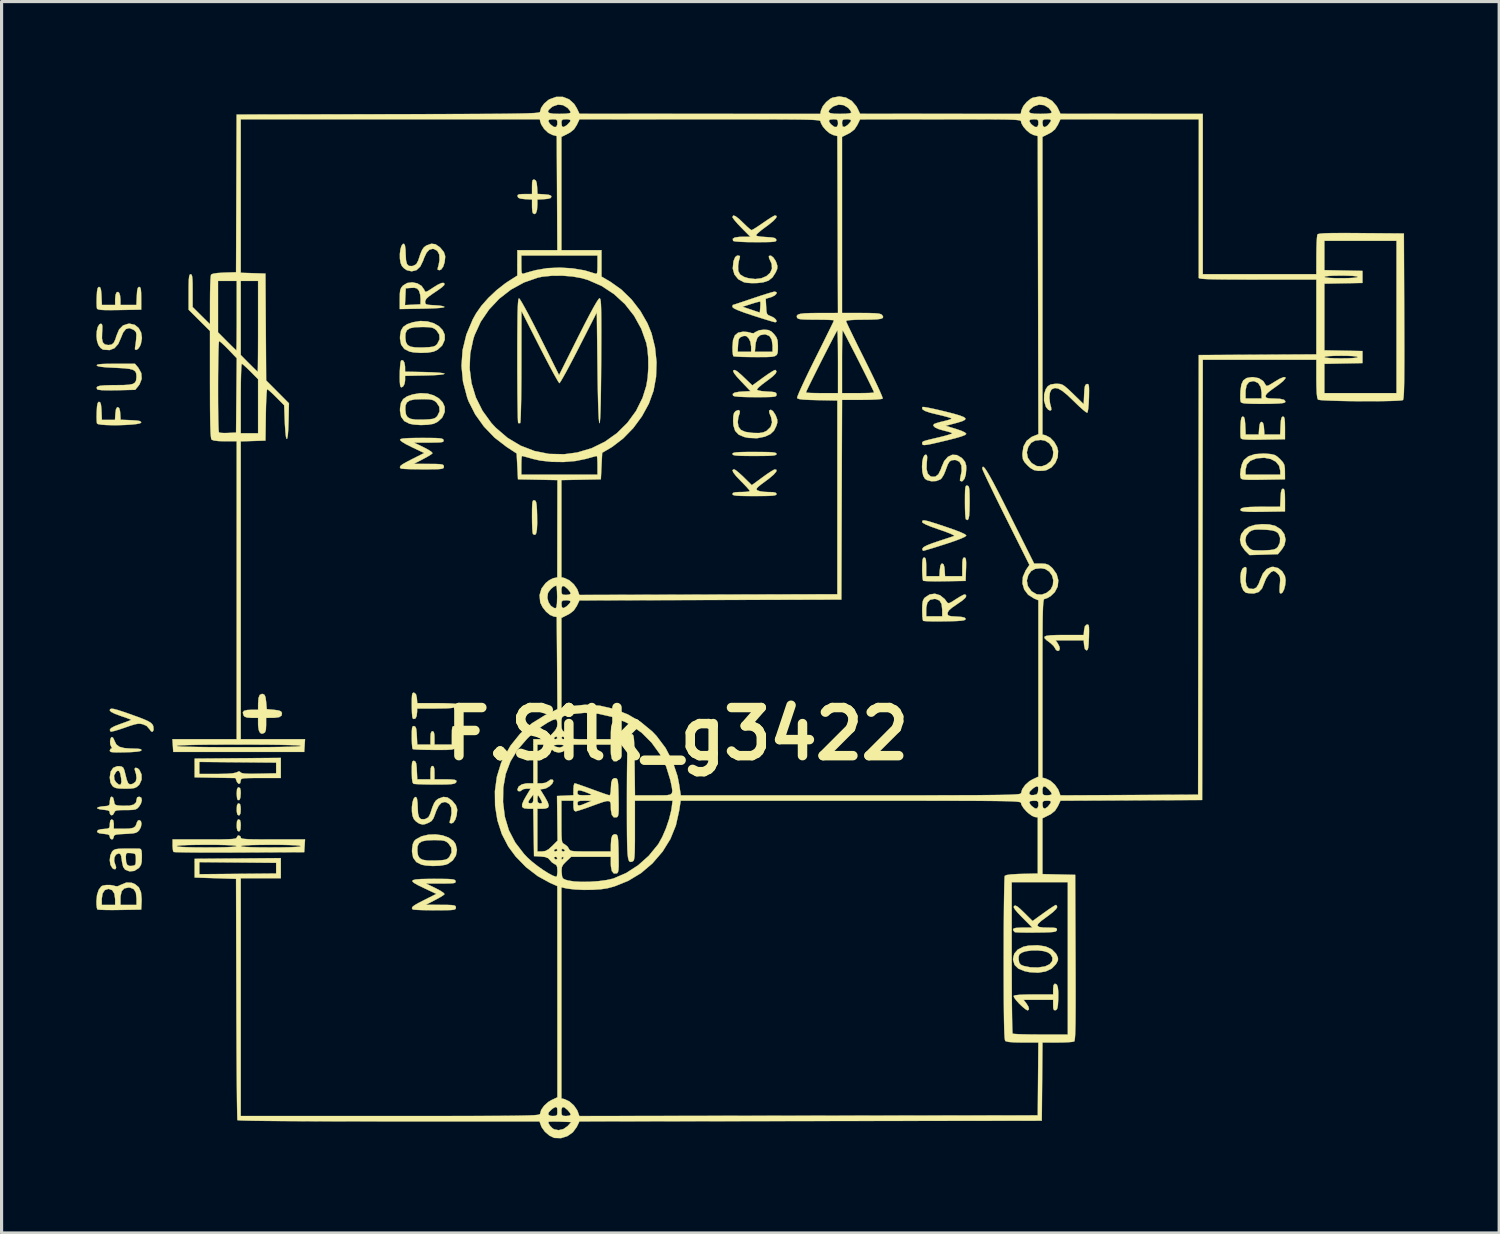
<source format=kicad_pcb>
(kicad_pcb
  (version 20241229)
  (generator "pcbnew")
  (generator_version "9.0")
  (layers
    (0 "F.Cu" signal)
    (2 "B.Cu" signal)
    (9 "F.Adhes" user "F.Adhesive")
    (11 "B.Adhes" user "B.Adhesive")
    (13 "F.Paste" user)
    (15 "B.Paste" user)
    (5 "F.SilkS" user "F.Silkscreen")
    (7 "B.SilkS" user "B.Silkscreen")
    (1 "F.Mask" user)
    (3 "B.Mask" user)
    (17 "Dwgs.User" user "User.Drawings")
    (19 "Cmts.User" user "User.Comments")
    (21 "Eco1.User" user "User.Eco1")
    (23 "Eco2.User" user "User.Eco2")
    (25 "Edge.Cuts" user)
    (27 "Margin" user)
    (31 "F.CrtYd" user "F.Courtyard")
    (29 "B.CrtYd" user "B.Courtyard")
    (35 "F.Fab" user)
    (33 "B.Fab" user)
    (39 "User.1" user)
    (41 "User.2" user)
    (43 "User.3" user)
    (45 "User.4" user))
  (footprint "F.Silk_g3422"
    (layer "F.Cu")
    (at 18.42 20.201)
    (property "Reference" "F.Silk_g3422" (at 0 0 0) (layer "F.SilkS") (effects (font (size 1.524 1.524) (thickness 0.3))))
    (attr through_hole)
    (fp_poly (pts (xy -13.865 2.226) (xy -13.846 2.311) (xy -13.843 2.392) (xy -13.851 2.517) (xy -13.88 2.575) (xy -13.906 2.582) (xy -13.948 2.557) (xy -13.967 2.473) (xy -13.97 2.392) (xy -13.962 2.266) (xy -13.933 2.209) (xy -13.906 2.201) (xy -13.865 2.226)) (stroke (width 0.01) (type solid)) (fill yes) (layer "F.SilkS"))
    (fp_poly (pts (xy -13.865 2.734) (xy -13.846 2.819) (xy -13.843 2.9) (xy -13.851 3.025) (xy -13.88 3.083) (xy -13.906 3.09) (xy -13.948 3.065) (xy -13.967 2.981) (xy -13.97 2.9) (xy -13.962 2.774) (xy -13.933 2.717) (xy -13.906 2.709) (xy -13.865 2.734)) (stroke (width 0.01) (type solid)) (fill yes) (layer "F.SilkS"))
    (fp_poly (pts (xy -13.864 1.719) (xy -13.845 1.804) (xy -13.843 1.881) (xy -13.854 2.02) (xy -13.885 2.095) (xy -13.932 2.097) (xy -13.943 2.087) (xy -13.96 2.032) (xy -13.969 1.924) (xy -13.97 1.877) (xy -13.961 1.754) (xy -13.931 1.699) (xy -13.906 1.693) (xy -13.864 1.719)) (stroke (width 0.01) (type solid)) (fill yes) (layer "F.SilkS"))
    (fp_poly (pts (xy -4.54 -7.4) (xy -4.506 -7.384) (xy -4.484 -7.338) (xy -4.469 -7.25) (xy -4.459 -7.104) (xy -4.454 -6.942) (xy -4.451 -6.669) (xy -4.46 -6.474) (xy -4.482 -6.355) (xy -4.518 -6.305) (xy -4.569 -6.32) (xy -4.586 -6.336) (xy -4.597 -6.387) (xy -4.606 -6.505) (xy -4.612 -6.674) (xy -4.614 -6.875) (xy -4.614 -6.889) (xy -4.613 -7.108) (xy -4.609 -7.256) (xy -4.6 -7.345) (xy -4.583 -7.39) (xy -4.558 -7.402) (xy -4.54 -7.4)) (stroke (width 0.01) (type solid)) (fill yes) (layer "F.SilkS"))
    (fp_poly (pts (xy 9.176 -7.866) (xy 9.207 -7.852) (xy 9.228 -7.813) (xy 9.241 -7.737) (xy 9.247 -7.61) (xy 9.25 -7.416) (xy 9.25 -7.327) (xy 9.246 -7.079) (xy 9.235 -6.908) (xy 9.213 -6.809) (xy 9.181 -6.774) (xy 9.136 -6.796) (xy 9.131 -6.801) (xy 9.12 -6.852) (xy 9.11 -6.971) (xy 9.104 -7.139) (xy 9.102 -7.341) (xy 9.102 -7.355) (xy 9.103 -7.574) (xy 9.107 -7.722) (xy 9.116 -7.811) (xy 9.133 -7.855) (xy 9.158 -7.868) (xy 9.176 -7.866)) (stroke (width 0.01) (type solid)) (fill yes) (layer "F.SilkS"))
    (fp_poly (pts (xy 19.209 -7.753) (xy 19.228 -7.697) (xy 19.238 -7.586) (xy 19.241 -7.408) (xy 19.241 -7.048) (xy 18.556 -7.037) (xy 18.264 -7.034) (xy 18.053 -7.038) (xy 17.916 -7.049) (xy 17.848 -7.067) (xy 17.841 -7.073) (xy 17.832 -7.119) (xy 17.872 -7.152) (xy 17.971 -7.175) (xy 18.134 -7.189) (xy 18.371 -7.195) (xy 18.508 -7.196) (xy 19.088 -7.197) (xy 19.101 -7.482) (xy 19.112 -7.642) (xy 19.132 -7.732) (xy 19.164 -7.766) (xy 19.177 -7.768) (xy 19.209 -7.753)) (stroke (width 0.01) (type solid)) (fill yes) (layer "F.SilkS"))
    (fp_poly (pts (xy 2.696 -8.931) (xy 2.885 -8.928) (xy 3.012 -8.92) (xy 3.088 -8.908) (xy 3.124 -8.89) (xy 3.133 -8.869) (xy 3.122 -8.845) (xy 3.081 -8.828) (xy 2.999 -8.816) (xy 2.865 -8.809) (xy 2.668 -8.806) (xy 2.434 -8.805) (xy 2.172 -8.806) (xy 1.983 -8.81) (xy 1.856 -8.817) (xy 1.78 -8.83) (xy 1.744 -8.848) (xy 1.736 -8.869) (xy 1.747 -8.893) (xy 1.788 -8.91) (xy 1.869 -8.921) (xy 2.003 -8.928) (xy 2.201 -8.932) (xy 2.434 -8.932) (xy 2.696 -8.931)) (stroke (width 0.01) (type solid)) (fill yes) (layer "F.SilkS"))
    (fp_poly (pts (xy -17.887 0.124) (xy -17.847 0.206) (xy -17.842 0.221) (xy -17.786 0.333) (xy -17.69 0.408) (xy -17.539 0.449) (xy -17.321 0.465) (xy -17.279 0.465) (xy -17.111 0.47) (xy -17.016 0.483) (xy -16.985 0.509) (xy -16.986 0.519) (xy -17.027 0.545) (xy -17.133 0.564) (xy -17.311 0.577) (xy -17.498 0.583) (xy -17.712 0.587) (xy -17.855 0.585) (xy -17.94 0.576) (xy -17.981 0.558) (xy -17.992 0.531) (xy -17.967 0.473) (xy -17.944 0.466) (xy -17.92 0.447) (xy -17.947 0.405) (xy -17.979 0.324) (xy -17.982 0.221) (xy -17.96 0.132) (xy -17.926 0.098) (xy -17.887 0.124)) (stroke (width 0.01) (type solid)) (fill yes) (layer "F.SilkS"))
    (fp_poly (pts (xy -8.701 -11.834) (xy -8.658 -11.763) (xy -8.637 -11.638) (xy -8.637 -11.611) (xy -8.636 -11.475) (xy -8.012 -11.463) (xy -7.762 -11.455) (xy -7.57 -11.444) (xy -7.442 -11.429) (xy -7.388 -11.412) (xy -7.387 -11.409) (xy -7.428 -11.391) (xy -7.544 -11.376) (xy -7.728 -11.364) (xy -7.968 -11.356) (xy -8.012 -11.355) (xy -8.636 -11.343) (xy -8.636 -11.201) (xy -8.653 -11.093) (xy -8.695 -11.012) (xy -8.747 -10.979) (xy -8.777 -10.993) (xy -8.794 -11.051) (xy -8.804 -11.168) (xy -8.806 -11.321) (xy -8.803 -11.487) (xy -8.794 -11.643) (xy -8.781 -11.765) (xy -8.762 -11.831) (xy -8.758 -11.835) (xy -8.701 -11.834)) (stroke (width 0.01) (type solid)) (fill yes) (layer "F.SilkS"))
    (fp_poly (pts (xy -8.35 -1.305) (xy -8.292 -1.259) (xy -8.264 -1.145) (xy -8.263 -1.132) (xy -8.25 -0.974) (xy -7.646 -0.974) (xy -7.428 -0.972) (xy -7.24 -0.967) (xy -7.1 -0.959) (xy -7.023 -0.95) (xy -7.014 -0.946) (xy -7.012 -0.895) (xy -7.033 -0.861) (xy -7.077 -0.837) (xy -7.169 -0.82) (xy -7.32 -0.809) (xy -7.54 -0.805) (xy -7.668 -0.804) (xy -8.255 -0.804) (xy -8.255 -0.702) (xy -8.27 -0.566) (xy -8.309 -0.486) (xy -8.365 -0.472) (xy -8.396 -0.494) (xy -8.408 -0.546) (xy -8.418 -0.663) (xy -8.423 -0.823) (xy -8.424 -0.92) (xy -8.423 -1.106) (xy -8.416 -1.223) (xy -8.402 -1.284) (xy -8.377 -1.306) (xy -8.35 -1.305)) (stroke (width 0.01) (type solid)) (fill yes) (layer "F.SilkS"))
    (fp_poly (pts (xy -4.54 -17.56) (xy -4.493 -17.531) (xy -4.466 -17.451) (xy -4.453 -17.327) (xy -4.441 -17.107) (xy -4.221 -17.094) (xy -4.082 -17.079) (xy -4.013 -17.05) (xy -4 -17.018) (xy -4.026 -16.977) (xy -4.113 -16.952) (xy -4.223 -16.942) (xy -4.445 -16.929) (xy -4.445 -16.765) (xy -4.457 -16.598) (xy -4.49 -16.497) (xy -4.541 -16.468) (xy -4.586 -16.496) (xy -4.603 -16.552) (xy -4.613 -16.661) (xy -4.614 -16.727) (xy -4.614 -16.929) (xy -4.836 -16.942) (xy -4.975 -16.957) (xy -5.048 -16.985) (xy -5.072 -17.029) (xy -5.069 -17.071) (xy -5.025 -17.094) (xy -4.924 -17.102) (xy -4.85 -17.103) (xy -4.614 -17.103) (xy -4.614 -17.339) (xy -4.611 -17.474) (xy -4.596 -17.542) (xy -4.563 -17.563) (xy -4.54 -17.56)) (stroke (width 0.01) (type solid)) (fill yes) (layer "F.SilkS"))
    (fp_poly (pts (xy 12.011 7.942) (xy 12.044 8.025) (xy 12.059 8.174) (xy 12.058 8.396) (xy 12.056 8.424) (xy 12.047 8.591) (xy 12.03 8.691) (xy 12.003 8.74) (xy 11.97 8.755) (xy 11.922 8.749) (xy 11.9 8.694) (xy 11.896 8.597) (xy 11.896 8.424) (xy 10.958 8.424) (xy 11.046 8.536) (xy 11.113 8.644) (xy 11.131 8.723) (xy 11.096 8.758) (xy 11.081 8.759) (xy 11.026 8.728) (xy 10.933 8.653) (xy 10.823 8.549) (xy 10.724 8.441) (xy 10.66 8.352) (xy 10.645 8.301) (xy 10.645 8.3) (xy 10.7 8.281) (xy 10.832 8.266) (xy 11.035 8.258) (xy 11.284 8.255) (xy 11.896 8.255) (xy 11.896 8.086) (xy 11.906 7.967) (xy 11.942 7.919) (xy 11.958 7.916) (xy 12.011 7.942)) (stroke (width 0.01) (type solid)) (fill yes) (layer "F.SilkS"))
    (fp_poly (pts (xy -18.294 -10.499) (xy -18.271 -10.429) (xy -18.257 -10.292) (xy -18.254 -10.234) (xy -18.242 -9.948) (xy -17.827 -9.948) (xy -17.814 -10.149) (xy -17.796 -10.282) (xy -17.763 -10.343) (xy -17.738 -10.351) (xy -17.694 -10.322) (xy -17.668 -10.227) (xy -17.661 -10.151) (xy -17.649 -9.952) (xy -17.323 -9.939) (xy -17.151 -9.929) (xy -17.05 -9.913) (xy -17.004 -9.887) (xy -16.997 -9.864) (xy -17.036 -9.838) (xy -17.143 -9.817) (xy -17.301 -9.8) (xy -17.492 -9.788) (xy -17.701 -9.781) (xy -17.908 -9.78) (xy -18.099 -9.785) (xy -18.255 -9.796) (xy -18.36 -9.814) (xy -18.397 -9.835) (xy -18.406 -9.904) (xy -18.41 -10.031) (xy -18.407 -10.19) (xy -18.406 -10.206) (xy -18.396 -10.374) (xy -18.378 -10.472) (xy -18.351 -10.515) (xy -18.33 -10.52) (xy -18.294 -10.499)) (stroke (width 0.01) (type solid)) (fill yes) (layer "F.SilkS"))
    (fp_poly (pts (xy 13.001 -3.463) (xy 13.022 -3.437) (xy 13.032 -3.369) (xy 13.034 -3.245) (xy 13.03 -3.062) (xy 13.022 -2.865) (xy 13.009 -2.74) (xy 12.991 -2.671) (xy 12.963 -2.647) (xy 12.954 -2.646) (xy 12.903 -2.684) (xy 12.878 -2.801) (xy 12.877 -2.805) (xy 12.864 -2.963) (xy 11.976 -2.963) (xy 12.041 -2.869) (xy 12.092 -2.771) (xy 12.107 -2.7) (xy 12.082 -2.637) (xy 12.026 -2.631) (xy 11.972 -2.679) (xy 11.96 -2.708) (xy 11.908 -2.787) (xy 11.817 -2.872) (xy 11.798 -2.886) (xy 11.685 -2.97) (xy 11.625 -3.032) (xy 11.621 -3.077) (xy 11.681 -3.106) (xy 11.809 -3.123) (xy 12.011 -3.131) (xy 12.255 -3.133) (xy 12.864 -3.133) (xy 12.877 -3.291) (xy 12.903 -3.411) (xy 12.957 -3.462) (xy 12.966 -3.464) (xy 13.001 -3.463)) (stroke (width 0.01) (type solid)) (fill yes) (layer "F.SilkS"))
    (fp_poly (pts (xy -12.573 1.397) (xy -13.208 1.397) (xy -13.452 1.398) (xy -13.624 1.401) (xy -13.737 1.407) (xy -13.802 1.42) (xy -13.833 1.439) (xy -13.843 1.468) (xy -13.843 1.479) (xy -13.864 1.567) (xy -13.91 1.583) (xy -13.962 1.523) (xy -13.969 1.506) (xy -14.009 1.399) (xy -14.656 1.388) (xy -15.303 1.376) (xy -15.303 1.27) (xy -15.155 1.27) (xy -14.604 1.27) (xy -14.316 1.265) (xy -14.111 1.251) (xy -13.99 1.227) (xy -13.968 1.217) (xy -13.896 1.185) (xy -13.853 1.212) (xy -13.849 1.218) (xy -13.81 1.242) (xy -13.722 1.257) (xy -13.575 1.263) (xy -13.356 1.262) (xy -13.268 1.261) (xy -12.721 1.249) (xy -12.721 0.91) (xy -13.938 0.899) (xy -15.155 0.888) (xy -15.155 1.27) (xy -15.303 1.27) (xy -15.303 0.783) (xy -12.573 0.761) (xy -12.573 1.397)) (stroke (width 0.01) (type solid)) (fill yes) (layer "F.SilkS"))
    (fp_poly (pts (xy -8.35 0.855) (xy -8.309 0.878) (xy -8.283 0.941) (xy -8.269 1.06) (xy -8.264 1.154) (xy -8.251 1.439) (xy -7.832 1.439) (xy -7.832 1.228) (xy -7.825 1.095) (xy -7.801 1.03) (xy -7.768 1.016) (xy -7.728 1.039) (xy -7.709 1.117) (xy -7.705 1.228) (xy -7.705 1.439) (xy -7.373 1.439) (xy -7.18 1.443) (xy -7.062 1.456) (xy -7.01 1.482) (xy -7.012 1.523) (xy -7.033 1.552) (xy -7.075 1.575) (xy -7.162 1.592) (xy -7.304 1.601) (xy -7.514 1.605) (xy -7.699 1.605) (xy -7.923 1.603) (xy -8.118 1.598) (xy -8.268 1.591) (xy -8.357 1.584) (xy -8.371 1.581) (xy -8.401 1.532) (xy -8.418 1.41) (xy -8.424 1.211) (xy -8.424 1.2) (xy -8.423 1.025) (xy -8.415 0.919) (xy -8.398 0.867) (xy -8.369 0.853) (xy -8.35 0.855)) (stroke (width 0.01) (type solid)) (fill yes) (layer "F.SilkS"))
    (fp_poly (pts (xy -13.139 -1.263) (xy -13.09 -1.236) (xy -13.059 -1.164) (xy -13.04 -1.028) (xy -13.039 -1.016) (xy -13.018 -0.783) (xy -12.785 -0.762) (xy -12.644 -0.743) (xy -12.568 -0.713) (xy -12.538 -0.665) (xy -12.537 -0.661) (xy -12.548 -0.581) (xy -12.622 -0.532) (xy -12.767 -0.51) (xy -12.838 -0.509) (xy -13.039 -0.508) (xy -13.039 -0.28) (xy -13.046 -0.132) (xy -13.073 -0.052) (xy -13.106 -0.026) (xy -13.171 -0.004) (xy -13.208 -0.018) (xy -13.242 -0.051) (xy -13.272 -0.121) (xy -13.29 -0.241) (xy -13.293 -0.305) (xy -13.293 -0.508) (xy -13.503 -0.508) (xy -13.645 -0.517) (xy -13.724 -0.549) (xy -13.751 -0.582) (xy -13.778 -0.673) (xy -13.742 -0.73) (xy -13.634 -0.757) (xy -13.522 -0.762) (xy -13.293 -0.762) (xy -13.292 -0.963) (xy -13.28 -1.135) (xy -13.241 -1.234) (xy -13.172 -1.266) (xy -13.139 -1.263)) (stroke (width 0.01) (type solid)) (fill yes) (layer "F.SilkS"))
    (fp_poly (pts (xy 9.114 -5.575) (xy 9.132 -5.527) (xy 9.139 -5.429) (xy 9.137 -5.264) (xy 9.135 -5.218) (xy 9.123 -4.847) (xy 8.464 -4.836) (xy 8.236 -4.833) (xy 8.038 -4.835) (xy 7.886 -4.84) (xy 7.795 -4.848) (xy 7.776 -4.853) (xy 7.763 -4.906) (xy 7.753 -5.022) (xy 7.747 -5.179) (xy 7.747 -5.235) (xy 7.75 -5.413) (xy 7.76 -5.521) (xy 7.78 -5.575) (xy 7.811 -5.588) (xy 7.845 -5.571) (xy 7.865 -5.508) (xy 7.873 -5.384) (xy 7.874 -5.292) (xy 7.874 -4.995) (xy 8.293 -4.995) (xy 8.306 -5.196) (xy 8.323 -5.329) (xy 8.357 -5.39) (xy 8.382 -5.397) (xy 8.426 -5.369) (xy 8.451 -5.275) (xy 8.458 -5.196) (xy 8.471 -4.995) (xy 9.017 -4.995) (xy 9.017 -5.292) (xy 9.021 -5.452) (xy 9.034 -5.544) (xy 9.06 -5.583) (xy 9.082 -5.588) (xy 9.114 -5.575)) (stroke (width 0.01) (type solid)) (fill yes) (layer "F.SilkS"))
    (fp_poly (pts (xy 19.209 -10.039) (xy 19.228 -9.983) (xy 19.238 -9.872) (xy 19.241 -9.694) (xy 19.241 -9.335) (xy 18.552 -9.323) (xy 18.285 -9.32) (xy 18.093 -9.321) (xy 17.963 -9.328) (xy 17.884 -9.34) (xy 17.847 -9.36) (xy 17.841 -9.369) (xy 17.831 -9.438) (xy 17.828 -9.565) (xy 17.83 -9.724) (xy 17.831 -9.741) (xy 17.841 -9.909) (xy 17.859 -10.007) (xy 17.887 -10.049) (xy 17.907 -10.054) (xy 17.943 -10.034) (xy 17.966 -9.963) (xy 17.98 -9.827) (xy 17.983 -9.768) (xy 17.996 -9.483) (xy 18.41 -9.483) (xy 18.423 -9.684) (xy 18.441 -9.816) (xy 18.475 -9.877) (xy 18.5 -9.885) (xy 18.543 -9.856) (xy 18.569 -9.762) (xy 18.576 -9.684) (xy 18.589 -9.483) (xy 19.088 -9.483) (xy 19.101 -9.768) (xy 19.112 -9.928) (xy 19.132 -10.018) (xy 19.164 -10.052) (xy 19.177 -10.054) (xy 19.209 -10.039)) (stroke (width 0.01) (type solid)) (fill yes) (layer "F.SilkS"))
    (fp_poly (pts (xy -17.085 -11.596) (xy -16.993 -11.428) (xy -16.981 -11.248) (xy -17.049 -11.074) (xy -17.082 -11.028) (xy -17.186 -10.901) (xy -17.775 -10.887) (xy -18.051 -10.884) (xy -18.247 -10.89) (xy -18.361 -10.904) (xy -18.392 -10.919) (xy -18.409 -10.969) (xy -18.381 -11.005) (xy -18.301 -11.029) (xy -18.158 -11.042) (xy -17.944 -11.048) (xy -17.814 -11.049) (xy -17.563 -11.051) (xy -17.384 -11.062) (xy -17.265 -11.086) (xy -17.194 -11.129) (xy -17.159 -11.195) (xy -17.147 -11.291) (xy -17.146 -11.33) (xy -17.154 -11.421) (xy -17.186 -11.487) (xy -17.255 -11.534) (xy -17.372 -11.565) (xy -17.549 -11.584) (xy -17.797 -11.598) (xy -17.836 -11.599) (xy -18.09 -11.612) (xy -18.265 -11.629) (xy -18.368 -11.649) (xy -18.405 -11.673) (xy -18.392 -11.695) (xy -18.332 -11.71) (xy -18.215 -11.72) (xy -18.03 -11.725) (xy -17.808 -11.726) (xy -17.195 -11.726) (xy -17.085 -11.596)) (stroke (width 0.01) (type solid)) (fill yes) (layer "F.SilkS"))
    (fp_poly (pts (xy -17.029 -14.145) (xy -17.009 -14.089) (xy -16.999 -13.978) (xy -16.997 -13.801) (xy -16.997 -13.441) (xy -17.686 -13.429) (xy -17.952 -13.426) (xy -18.145 -13.427) (xy -18.275 -13.434) (xy -18.353 -13.447) (xy -18.391 -13.466) (xy -18.397 -13.475) (xy -18.406 -13.544) (xy -18.41 -13.671) (xy -18.407 -13.83) (xy -18.406 -13.847) (xy -18.396 -14.015) (xy -18.378 -14.113) (xy -18.351 -14.155) (xy -18.33 -14.161) (xy -18.294 -14.14) (xy -18.271 -14.069) (xy -18.257 -13.933) (xy -18.254 -13.875) (xy -18.242 -13.589) (xy -17.822 -13.589) (xy -17.822 -13.777) (xy -17.809 -13.91) (xy -17.776 -13.989) (xy -17.729 -14.003) (xy -17.691 -13.965) (xy -17.666 -13.886) (xy -17.654 -13.767) (xy -17.654 -13.748) (xy -17.653 -13.589) (xy -17.149 -13.589) (xy -17.136 -13.875) (xy -17.125 -14.034) (xy -17.105 -14.124) (xy -17.073 -14.159) (xy -17.06 -14.161) (xy -17.029 -14.145)) (stroke (width 0.01) (type solid)) (fill yes) (layer "F.SilkS"))
    (fp_poly (pts (xy 1.973 -15.14) (xy 1.967 -15.083) (xy 1.966 -15.081) (xy 1.941 -14.993) (xy 1.919 -14.865) (xy 1.915 -14.825) (xy 1.919 -14.666) (xy 1.979 -14.555) (xy 2.104 -14.478) (xy 2.239 -14.437) (xy 2.46 -14.41) (xy 2.656 -14.436) (xy 2.816 -14.505) (xy 2.931 -14.61) (xy 2.988 -14.741) (xy 2.978 -14.891) (xy 2.937 -14.983) (xy 2.895 -15.076) (xy 2.89 -15.137) (xy 2.894 -15.142) (xy 2.953 -15.152) (xy 3.026 -15.098) (xy 3.097 -14.997) (xy 3.127 -14.931) (xy 3.16 -14.822) (xy 3.154 -14.734) (xy 3.106 -14.621) (xy 3.005 -14.463) (xy 2.878 -14.361) (xy 2.705 -14.304) (xy 2.512 -14.283) (xy 2.344 -14.281) (xy 2.193 -14.291) (xy 2.101 -14.308) (xy 1.92 -14.405) (xy 1.799 -14.554) (xy 1.746 -14.743) (xy 1.766 -14.96) (xy 1.774 -14.99) (xy 1.822 -15.105) (xy 1.882 -15.152) (xy 1.911 -15.155) (xy 1.973 -15.14)) (stroke (width 0.01) (type solid)) (fill yes) (layer "F.SilkS"))
    (fp_poly (pts (xy 7.907 -6.746) (xy 8.041 -6.707) (xy 8.234 -6.646) (xy 8.497 -6.559) (xy 8.498 -6.558) (xy 8.771 -6.464) (xy 8.971 -6.386) (xy 9.097 -6.327) (xy 9.144 -6.287) (xy 9.144 -6.284) (xy 9.103 -6.246) (xy 8.982 -6.19) (xy 8.783 -6.114) (xy 8.508 -6.022) (xy 8.48 -6.013) (xy 8.255 -5.941) (xy 8.059 -5.88) (xy 7.904 -5.834) (xy 7.806 -5.806) (xy 7.778 -5.8) (xy 7.753 -5.833) (xy 7.755 -5.872) (xy 7.794 -5.917) (xy 7.901 -5.974) (xy 8.08 -6.044) (xy 8.234 -6.096) (xy 8.425 -6.159) (xy 8.589 -6.213) (xy 8.709 -6.253) (xy 8.763 -6.271) (xy 8.749 -6.292) (xy 8.667 -6.332) (xy 8.529 -6.388) (xy 8.348 -6.453) (xy 8.287 -6.473) (xy 8.037 -6.561) (xy 7.862 -6.633) (xy 7.766 -6.687) (xy 7.747 -6.713) (xy 7.752 -6.745) (xy 7.773 -6.763) (xy 7.821 -6.764) (xy 7.907 -6.746)) (stroke (width 0.01) (type solid)) (fill yes) (layer "F.SilkS"))
    (fp_poly (pts (xy 18.642 -8.878) (xy 18.803 -8.863) (xy 18.91 -8.838) (xy 18.993 -8.789) (xy 19.084 -8.706) (xy 19.085 -8.705) (xy 19.174 -8.608) (xy 19.22 -8.523) (xy 19.237 -8.413) (xy 19.239 -8.308) (xy 19.241 -8.065) (xy 18.552 -8.053) (xy 18.291 -8.049) (xy 18.104 -8.05) (xy 17.976 -8.055) (xy 17.897 -8.066) (xy 17.855 -8.084) (xy 17.837 -8.108) (xy 17.822 -8.224) (xy 17.835 -8.356) (xy 17.992 -8.356) (xy 17.992 -8.213) (xy 19.092 -8.213) (xy 19.092 -8.336) (xy 19.054 -8.497) (xy 18.95 -8.624) (xy 18.791 -8.709) (xy 18.59 -8.748) (xy 18.362 -8.732) (xy 18.326 -8.724) (xy 18.144 -8.652) (xy 18.032 -8.534) (xy 17.992 -8.369) (xy 17.992 -8.356) (xy 17.835 -8.356) (xy 17.837 -8.38) (xy 17.875 -8.538) (xy 17.93 -8.661) (xy 17.938 -8.673) (xy 18.08 -8.793) (xy 18.288 -8.863) (xy 18.559 -8.882) (xy 18.642 -8.878)) (stroke (width 0.01) (type solid)) (fill yes) (layer "F.SilkS"))
    (fp_poly (pts (xy 3.019 -10.226) (xy 3.091 -10.118) (xy 3.111 -10.077) (xy 3.155 -9.959) (xy 3.158 -9.864) (xy 3.128 -9.761) (xy 3.05 -9.604) (xy 2.936 -9.497) (xy 2.765 -9.417) (xy 2.516 -9.367) (xy 2.242 -9.378) (xy 2.11 -9.406) (xy 1.934 -9.48) (xy 1.821 -9.6) (xy 1.766 -9.773) (xy 1.757 -9.913) (xy 1.763 -10.068) (xy 1.785 -10.162) (xy 1.83 -10.22) (xy 1.839 -10.227) (xy 1.925 -10.261) (xy 1.971 -10.229) (xy 1.962 -10.146) (xy 1.951 -10.125) (xy 1.921 -10.026) (xy 1.906 -9.894) (xy 1.905 -9.867) (xy 1.928 -9.729) (xy 2.002 -9.632) (xy 2.138 -9.57) (xy 2.343 -9.539) (xy 2.41 -9.534) (xy 2.585 -9.532) (xy 2.708 -9.551) (xy 2.809 -9.596) (xy 2.822 -9.604) (xy 2.944 -9.724) (xy 2.991 -9.874) (xy 2.958 -10.042) (xy 2.943 -10.073) (xy 2.904 -10.172) (xy 2.897 -10.239) (xy 2.899 -10.244) (xy 2.951 -10.27) (xy 3.019 -10.226)) (stroke (width 0.01) (type solid)) (fill yes) (layer "F.SilkS"))
    (fp_poly (pts (xy -17.868 -0.791) (xy -17.743 -0.758) (xy -17.559 -0.698) (xy -17.363 -0.63) (xy -17.104 -0.537) (xy -16.914 -0.464) (xy -16.782 -0.405) (xy -16.696 -0.354) (xy -16.645 -0.305) (xy -16.617 -0.251) (xy -16.611 -0.229) (xy -16.604 -0.125) (xy -16.632 -0.071) (xy -16.681 -0.077) (xy -16.727 -0.142) (xy -16.821 -0.25) (xy -16.935 -0.302) (xy -17.015 -0.32) (xy -17.095 -0.322) (xy -17.197 -0.303) (xy -17.339 -0.26) (xy -17.516 -0.198) (xy -17.692 -0.139) (xy -17.838 -0.095) (xy -17.935 -0.073) (xy -17.966 -0.073) (xy -17.991 -0.126) (xy -17.954 -0.18) (xy -17.848 -0.24) (xy -17.665 -0.311) (xy -17.653 -0.315) (xy -17.5 -0.37) (xy -17.382 -0.414) (xy -17.32 -0.441) (xy -17.314 -0.446) (xy -17.352 -0.464) (xy -17.451 -0.502) (xy -17.593 -0.551) (xy -17.653 -0.572) (xy -17.833 -0.638) (xy -17.949 -0.697) (xy -17.992 -0.743) (xy -17.992 -0.744) (xy -17.982 -0.782) (xy -17.944 -0.798) (xy -17.868 -0.791)) (stroke (width 0.01) (type solid)) (fill yes) (layer "F.SilkS"))
    (fp_poly (pts (xy 11.659 6.736) (xy 11.854 6.826) (xy 11.987 6.963) (xy 12.009 7.004) (xy 12.049 7.1) (xy 12.049 7.171) (xy 12.007 7.258) (xy 11.983 7.298) (xy 11.85 7.436) (xy 11.658 7.527) (xy 11.422 7.566) (xy 11.154 7.551) (xy 10.987 7.516) (xy 10.794 7.437) (xy 10.676 7.321) (xy 10.627 7.165) (xy 10.626 7.124) (xy 10.643 7.051) (xy 10.802 7.051) (xy 10.803 7.146) (xy 10.823 7.256) (xy 10.878 7.317) (xy 10.964 7.353) (xy 11.177 7.396) (xy 11.418 7.401) (xy 11.64 7.367) (xy 11.642 7.367) (xy 11.786 7.297) (xy 11.865 7.199) (xy 11.874 7.088) (xy 11.812 6.982) (xy 11.725 6.921) (xy 11.588 6.88) (xy 11.404 6.86) (xy 11.205 6.863) (xy 11.026 6.888) (xy 10.917 6.924) (xy 10.832 6.98) (xy 10.802 7.051) (xy 10.643 7.051) (xy 10.665 6.962) (xy 10.776 6.833) (xy 10.951 6.744) (xy 11.116 6.708) (xy 11.41 6.696) (xy 11.659 6.736)) (stroke (width 0.01) (type solid)) (fill yes) (layer "F.SilkS"))
    (fp_poly (pts (xy -17.885 2.021) (xy -17.857 2.127) (xy -17.846 2.202) (xy -17.819 2.245) (xy -17.756 2.265) (xy -17.635 2.275) (xy -17.58 2.277) (xy -17.37 2.274) (xy -17.232 2.24) (xy -17.16 2.17) (xy -17.145 2.094) (xy -17.125 2.012) (xy -17.06 1.99) (xy -16.994 2.021) (xy -16.976 2.101) (xy -17.006 2.21) (xy -17.063 2.301) (xy -17.114 2.357) (xy -17.171 2.391) (xy -17.257 2.407) (xy -17.393 2.413) (xy -17.491 2.413) (xy -17.661 2.415) (xy -17.766 2.424) (xy -17.821 2.445) (xy -17.847 2.481) (xy -17.852 2.498) (xy -17.895 2.567) (xy -17.951 2.577) (xy -17.989 2.529) (xy -17.992 2.5) (xy -18.006 2.448) (xy -18.063 2.42) (xy -18.183 2.405) (xy -18.193 2.405) (xy -18.31 2.389) (xy -18.382 2.364) (xy -18.394 2.349) (xy -18.356 2.322) (xy -18.259 2.301) (xy -18.193 2.294) (xy -18.072 2.283) (xy -18.013 2.259) (xy -17.993 2.205) (xy -17.992 2.136) (xy -17.973 2.024) (xy -17.931 1.986) (xy -17.885 2.021)) (stroke (width 0.01) (type solid)) (fill yes) (layer "F.SilkS"))
    (fp_poly (pts (xy -17.881 2.741) (xy -17.865 2.844) (xy -17.865 2.857) (xy -17.865 3.006) (xy -17.552 3.006) (xy -17.367 3) (xy -17.249 2.977) (xy -17.181 2.929) (xy -17.145 2.848) (xy -17.138 2.815) (xy -17.099 2.746) (xy -17.06 2.731) (xy -17.006 2.764) (xy -16.988 2.847) (xy -17.007 2.953) (xy -17.058 3.048) (xy -17.106 3.1) (xy -17.166 3.133) (xy -17.259 3.153) (xy -17.405 3.164) (xy -17.502 3.169) (xy -17.679 3.178) (xy -17.787 3.191) (xy -17.843 3.211) (xy -17.863 3.243) (xy -17.865 3.264) (xy -17.892 3.33) (xy -17.928 3.344) (xy -17.98 3.309) (xy -17.992 3.262) (xy -18.006 3.21) (xy -18.063 3.182) (xy -18.183 3.167) (xy -18.193 3.167) (xy -18.325 3.149) (xy -18.386 3.115) (xy -18.394 3.09) (xy -18.365 3.047) (xy -18.271 3.021) (xy -18.193 3.014) (xy -18.072 3.003) (xy -18.013 2.979) (xy -17.993 2.924) (xy -17.992 2.855) (xy -17.977 2.747) (xy -17.932 2.709) (xy -17.928 2.709) (xy -17.881 2.741)) (stroke (width 0.01) (type solid)) (fill yes) (layer "F.SilkS"))
    (fp_poly (pts (xy -8.35 -0.246) (xy -8.309 -0.223) (xy -8.283 -0.16) (xy -8.269 -0.04) (xy -8.264 0.053) (xy -8.251 0.339) (xy -7.832 0.339) (xy -7.832 0.127) (xy -7.825 -0.006) (xy -7.801 -0.071) (xy -7.768 -0.085) (xy -7.728 -0.062) (xy -7.709 0.016) (xy -7.705 0.127) (xy -7.705 0.339) (xy -7.154 0.339) (xy -7.154 0.039) (xy -7.152 -0.117) (xy -7.142 -0.206) (xy -7.119 -0.243) (xy -7.081 -0.246) (xy -7.08 -0.246) (xy -7.038 -0.222) (xy -7.012 -0.157) (xy -6.998 -0.033) (xy -6.993 0.041) (xy -6.985 0.211) (xy -6.986 0.334) (xy -7.007 0.417) (xy -7.06 0.469) (xy -7.157 0.496) (xy -7.309 0.507) (xy -7.527 0.508) (xy -7.698 0.508) (xy -7.928 0.506) (xy -8.128 0.502) (xy -8.282 0.495) (xy -8.375 0.486) (xy -8.396 0.48) (xy -8.409 0.427) (xy -8.419 0.311) (xy -8.424 0.154) (xy -8.424 0.096) (xy -8.423 -0.078) (xy -8.415 -0.183) (xy -8.398 -0.235) (xy -8.368 -0.248) (xy -8.35 -0.246)) (stroke (width 0.01) (type solid)) (fill yes) (layer "F.SilkS"))
    (fp_poly (pts (xy 12.112 -11.086) (xy 12.185 -11.064) (xy 12.264 -11.014) (xy 12.368 -10.926) (xy 12.513 -10.788) (xy 12.534 -10.768) (xy 12.865 -10.445) (xy 12.878 -10.757) (xy 12.888 -10.922) (xy 12.904 -11.02) (xy 12.932 -11.069) (xy 12.966 -11.084) (xy 12.999 -11.083) (xy 13.02 -11.058) (xy 13.031 -10.993) (xy 13.034 -10.875) (xy 13.031 -10.689) (xy 13.03 -10.643) (xy 13.021 -10.451) (xy 13.007 -10.298) (xy 12.989 -10.2) (xy 12.975 -10.174) (xy 12.931 -10.197) (xy 12.84 -10.27) (xy 12.716 -10.381) (xy 12.571 -10.521) (xy 12.552 -10.54) (xy 12.346 -10.736) (xy 12.184 -10.868) (xy 12.055 -10.941) (xy 11.952 -10.959) (xy 11.867 -10.925) (xy 11.835 -10.898) (xy 11.791 -10.802) (xy 11.778 -10.654) (xy 11.796 -10.476) (xy 11.832 -10.34) (xy 11.838 -10.264) (xy 11.802 -10.242) (xy 11.742 -10.27) (xy 11.677 -10.346) (xy 11.664 -10.37) (xy 11.608 -10.557) (xy 11.611 -10.762) (xy 11.661 -10.919) (xy 11.728 -11.016) (xy 11.816 -11.069) (xy 11.952 -11.09) (xy 12.031 -11.091) (xy 12.112 -11.086)) (stroke (width 0.01) (type solid)) (fill yes) (layer "F.SilkS"))
    (fp_poly (pts (xy 18.735 -6.637) (xy 18.927 -6.593) (xy 18.938 -6.588) (xy 19.113 -6.477) (xy 19.221 -6.328) (xy 19.26 -6.156) (xy 19.224 -5.977) (xy 19.139 -5.84) (xy 19.017 -5.694) (xy 18.568 -5.679) (xy 18.118 -5.665) (xy 17.97 -5.813) (xy 17.854 -5.979) (xy 17.821 -6.129) (xy 17.985 -6.129) (xy 18.023 -5.989) (xy 18.122 -5.873) (xy 18.203 -5.827) (xy 18.274 -5.817) (xy 18.404 -5.812) (xy 18.567 -5.814) (xy 18.602 -5.815) (xy 18.777 -5.825) (xy 18.89 -5.843) (xy 18.961 -5.874) (xy 19.013 -5.923) (xy 19.015 -5.925) (xy 19.08 -6.06) (xy 19.086 -6.209) (xy 19.035 -6.34) (xy 19.003 -6.375) (xy 18.932 -6.42) (xy 18.825 -6.449) (xy 18.662 -6.466) (xy 18.569 -6.47) (xy 18.39 -6.475) (xy 18.272 -6.468) (xy 18.19 -6.445) (xy 18.121 -6.403) (xy 18.108 -6.393) (xy 18.012 -6.272) (xy 17.985 -6.129) (xy 17.821 -6.129) (xy 17.816 -6.155) (xy 17.853 -6.325) (xy 17.962 -6.472) (xy 18.096 -6.561) (xy 18.283 -6.62) (xy 18.508 -6.645) (xy 18.735 -6.637)) (stroke (width 0.01) (type solid)) (fill yes) (layer "F.SilkS"))
    (fp_poly (pts (xy 3.132 -11.484) (xy 3.104 -11.418) (xy 3.012 -11.326) (xy 2.851 -11.202) (xy 2.814 -11.175) (xy 2.676 -11.072) (xy 2.572 -10.983) (xy 2.516 -10.921) (xy 2.511 -10.904) (xy 2.557 -10.88) (xy 2.667 -10.859) (xy 2.817 -10.847) (xy 2.829 -10.846) (xy 2.988 -10.837) (xy 3.079 -10.823) (xy 3.122 -10.797) (xy 3.133 -10.755) (xy 3.133 -10.751) (xy 3.128 -10.72) (xy 3.107 -10.698) (xy 3.057 -10.683) (xy 2.966 -10.674) (xy 2.821 -10.67) (xy 2.611 -10.668) (xy 2.458 -10.668) (xy 2.165 -10.671) (xy 1.948 -10.68) (xy 1.811 -10.694) (xy 1.755 -10.714) (xy 1.755 -10.714) (xy 1.746 -10.772) (xy 1.808 -10.813) (xy 1.946 -10.838) (xy 2.053 -10.846) (xy 2.307 -10.858) (xy 2.014 -11.166) (xy 1.873 -11.319) (xy 1.79 -11.425) (xy 1.759 -11.491) (xy 1.768 -11.521) (xy 1.81 -11.528) (xy 1.884 -11.487) (xy 1.998 -11.391) (xy 2.091 -11.304) (xy 2.366 -11.04) (xy 2.716 -11.295) (xy 2.865 -11.4) (xy 2.989 -11.48) (xy 3.073 -11.525) (xy 3.099 -11.53) (xy 3.132 -11.484)) (stroke (width 0.01) (type solid)) (fill yes) (layer "F.SilkS"))
    (fp_poly (pts (xy 12.017 5.454) (xy 12.022 5.493) (xy 11.987 5.552) (xy 11.891 5.645) (xy 11.744 5.759) (xy 11.688 5.8) (xy 11.516 5.927) (xy 11.419 6.019) (xy 11.398 6.08) (xy 11.453 6.118) (xy 11.586 6.135) (xy 11.735 6.138) (xy 11.89 6.141) (xy 11.977 6.151) (xy 12.013 6.174) (xy 12.015 6.212) (xy 12.001 6.241) (xy 11.966 6.262) (xy 11.895 6.276) (xy 11.778 6.285) (xy 11.6 6.291) (xy 11.366 6.294) (xy 11.14 6.296) (xy 10.942 6.294) (xy 10.789 6.29) (xy 10.696 6.284) (xy 10.679 6.28) (xy 10.63 6.224) (xy 10.626 6.198) (xy 10.646 6.166) (xy 10.716 6.147) (xy 10.85 6.139) (xy 10.932 6.138) (xy 11.237 6.138) (xy 10.923 5.821) (xy 10.779 5.673) (xy 10.691 5.57) (xy 10.651 5.503) (xy 10.653 5.461) (xy 10.659 5.453) (xy 10.698 5.439) (xy 10.758 5.467) (xy 10.852 5.544) (xy 10.978 5.665) (xy 11.244 5.929) (xy 11.598 5.674) (xy 11.748 5.567) (xy 11.874 5.483) (xy 11.96 5.43) (xy 11.987 5.419) (xy 12.017 5.454)) (stroke (width 0.01) (type solid)) (fill yes) (layer "F.SilkS"))
    (fp_poly (pts (xy -17.201 -12.96) (xy -17.078 -12.86) (xy -16.999 -12.715) (xy -16.973 -12.541) (xy -17.007 -12.353) (xy -17.042 -12.272) (xy -17.099 -12.196) (xy -17.157 -12.165) (xy -17.194 -12.182) (xy -17.192 -12.24) (xy -17.179 -12.314) (xy -17.163 -12.437) (xy -17.155 -12.516) (xy -17.148 -12.648) (xy -17.161 -12.726) (xy -17.207 -12.779) (xy -17.248 -12.808) (xy -17.374 -12.857) (xy -17.481 -12.826) (xy -17.571 -12.713) (xy -17.631 -12.565) (xy -17.724 -12.353) (xy -17.844 -12.219) (xy -17.997 -12.16) (xy -18.187 -12.172) (xy -18.214 -12.179) (xy -18.285 -12.228) (xy -18.352 -12.32) (xy -18.352 -12.32) (xy -18.396 -12.452) (xy -18.412 -12.605) (xy -18.404 -12.758) (xy -18.373 -12.888) (xy -18.322 -12.974) (xy -18.273 -12.996) (xy -18.241 -12.979) (xy -18.227 -12.917) (xy -18.23 -12.794) (xy -18.235 -12.722) (xy -18.24 -12.53) (xy -18.214 -12.406) (xy -18.15 -12.34) (xy -18.044 -12.319) (xy -18.034 -12.319) (xy -17.935 -12.334) (xy -17.866 -12.39) (xy -17.813 -12.503) (xy -17.781 -12.61) (xy -17.697 -12.812) (xy -17.572 -12.94) (xy -17.406 -12.994) (xy -17.362 -12.996) (xy -17.201 -12.96)) (stroke (width 0.01) (type solid)) (fill yes) (layer "F.SilkS"))
    (fp_poly (pts (xy -7.928 -13.068) (xy -7.729 -13.011) (xy -7.565 -12.916) (xy -7.446 -12.792) (xy -7.381 -12.646) (xy -7.38 -12.486) (xy -7.453 -12.32) (xy -7.473 -12.293) (xy -7.608 -12.17) (xy -7.737 -12.109) (xy -7.92 -12.079) (xy -8.141 -12.071) (xy -8.356 -12.085) (xy -8.496 -12.112) (xy -8.661 -12.196) (xy -8.762 -12.334) (xy -8.798 -12.527) (xy -8.797 -12.54) (xy -8.628 -12.54) (xy -8.627 -12.534) (xy -8.607 -12.406) (xy -8.556 -12.32) (xy -8.461 -12.268) (xy -8.312 -12.244) (xy -8.093 -12.242) (xy -8.05 -12.243) (xy -7.872 -12.252) (xy -7.756 -12.267) (xy -7.683 -12.294) (xy -7.631 -12.338) (xy -7.616 -12.355) (xy -7.544 -12.502) (xy -7.553 -12.651) (xy -7.642 -12.786) (xy -7.645 -12.788) (xy -7.708 -12.839) (xy -7.78 -12.87) (xy -7.882 -12.885) (xy -8.038 -12.89) (xy -8.106 -12.89) (xy -8.332 -12.882) (xy -8.486 -12.85) (xy -8.579 -12.787) (xy -8.623 -12.687) (xy -8.628 -12.54) (xy -8.797 -12.54) (xy -8.795 -12.61) (xy -8.765 -12.778) (xy -8.695 -12.895) (xy -8.572 -12.979) (xy -8.393 -13.041) (xy -8.152 -13.081) (xy -7.928 -13.068)) (stroke (width 0.01) (type solid)) (fill yes) (layer "F.SilkS"))
    (fp_poly (pts (xy -7.928 -10.782) (xy -7.729 -10.725) (xy -7.565 -10.63) (xy -7.446 -10.506) (xy -7.381 -10.36) (xy -7.38 -10.2) (xy -7.453 -10.034) (xy -7.473 -10.007) (xy -7.608 -9.884) (xy -7.737 -9.823) (xy -7.92 -9.793) (xy -8.141 -9.785) (xy -8.356 -9.799) (xy -8.496 -9.826) (xy -8.661 -9.91) (xy -8.762 -10.048) (xy -8.798 -10.241) (xy -8.797 -10.254) (xy -8.628 -10.254) (xy -8.627 -10.248) (xy -8.607 -10.12) (xy -8.556 -10.034) (xy -8.461 -9.982) (xy -8.312 -9.958) (xy -8.093 -9.956) (xy -8.05 -9.957) (xy -7.872 -9.966) (xy -7.756 -9.981) (xy -7.683 -10.008) (xy -7.631 -10.052) (xy -7.616 -10.069) (xy -7.544 -10.216) (xy -7.553 -10.365) (xy -7.642 -10.5) (xy -7.645 -10.502) (xy -7.708 -10.553) (xy -7.78 -10.584) (xy -7.882 -10.599) (xy -8.038 -10.604) (xy -8.106 -10.604) (xy -8.332 -10.596) (xy -8.486 -10.564) (xy -8.579 -10.501) (xy -8.623 -10.401) (xy -8.628 -10.254) (xy -8.797 -10.254) (xy -8.795 -10.324) (xy -8.765 -10.492) (xy -8.695 -10.609) (xy -8.572 -10.693) (xy -8.393 -10.755) (xy -8.152 -10.795) (xy -7.928 -10.782)) (stroke (width 0.01) (type solid)) (fill yes) (layer "F.SilkS"))
    (fp_poly (pts (xy -7.451 3.215) (xy -7.256 3.285) (xy -7.106 3.391) (xy -7.035 3.493) (xy -6.993 3.676) (xy -7.026 3.854) (xy -7.124 4.007) (xy -7.277 4.118) (xy -7.356 4.147) (xy -7.539 4.177) (xy -7.76 4.185) (xy -7.975 4.171) (xy -8.115 4.144) (xy -8.28 4.06) (xy -8.381 3.922) (xy -8.417 3.729) (xy -8.416 3.716) (xy -8.247 3.716) (xy -8.246 3.722) (xy -8.226 3.85) (xy -8.175 3.936) (xy -8.08 3.988) (xy -7.931 4.012) (xy -7.712 4.014) (xy -7.669 4.013) (xy -7.491 4.004) (xy -7.375 3.989) (xy -7.302 3.962) (xy -7.25 3.918) (xy -7.235 3.901) (xy -7.163 3.754) (xy -7.172 3.605) (xy -7.261 3.47) (xy -7.264 3.468) (xy -7.327 3.417) (xy -7.399 3.386) (xy -7.501 3.371) (xy -7.657 3.366) (xy -7.725 3.365) (xy -7.951 3.374) (xy -8.105 3.406) (xy -8.198 3.469) (xy -8.242 3.569) (xy -8.247 3.716) (xy -8.416 3.716) (xy -8.414 3.646) (xy -8.392 3.494) (xy -8.35 3.398) (xy -8.294 3.342) (xy -8.112 3.244) (xy -7.898 3.193) (xy -7.671 3.184) (xy -7.451 3.215)) (stroke (width 0.01) (type solid)) (fill yes) (layer "F.SilkS"))
    (fp_poly (pts (xy 7.893 -8.832) (xy 7.905 -8.772) (xy 7.898 -8.652) (xy 7.892 -8.6) (xy 7.886 -8.391) (xy 7.922 -8.248) (xy 8.004 -8.165) (xy 8.042 -8.15) (xy 8.162 -8.148) (xy 8.26 -8.225) (xy 8.339 -8.384) (xy 8.358 -8.443) (xy 8.444 -8.643) (xy 8.562 -8.778) (xy 8.7 -8.843) (xy 8.848 -8.834) (xy 8.996 -8.747) (xy 9.02 -8.724) (xy 9.104 -8.62) (xy 9.139 -8.506) (xy 9.144 -8.409) (xy 9.129 -8.221) (xy 9.088 -8.084) (xy 9.027 -8.01) (xy 8.992 -8.001) (xy 8.944 -8.022) (xy 8.95 -8.096) (xy 8.95 -8.096) (xy 8.998 -8.328) (xy 8.99 -8.504) (xy 8.929 -8.621) (xy 8.815 -8.675) (xy 8.767 -8.678) (xy 8.678 -8.668) (xy 8.613 -8.627) (xy 8.559 -8.538) (xy 8.502 -8.387) (xy 8.49 -8.35) (xy 8.433 -8.213) (xy 8.365 -8.103) (xy 8.327 -8.065) (xy 8.193 -8.011) (xy 8.037 -8.004) (xy 7.895 -8.042) (xy 7.832 -8.086) (xy 7.782 -8.175) (xy 7.752 -8.307) (xy 7.742 -8.461) (xy 7.75 -8.613) (xy 7.776 -8.743) (xy 7.819 -8.827) (xy 7.86 -8.848) (xy 7.893 -8.832)) (stroke (width 0.01) (type solid)) (fill yes) (layer "F.SilkS"))
    (fp_poly (pts (xy -17.611 1.037) (xy -17.564 1.073) (xy -17.531 1.15) (xy -17.496 1.29) (xy -17.496 1.29) (xy -17.452 1.461) (xy -17.41 1.56) (xy -17.358 1.599) (xy -17.287 1.589) (xy -17.252 1.575) (xy -17.17 1.511) (xy -17.145 1.406) (xy -17.145 1.395) (xy -17.159 1.274) (xy -17.187 1.185) (xy -17.207 1.106) (xy -17.173 1.072) (xy -17.107 1.091) (xy -17.053 1.141) (xy -16.985 1.287) (xy -16.984 1.45) (xy -17.05 1.598) (xy -17.08 1.632) (xy -17.144 1.686) (xy -17.216 1.717) (xy -17.323 1.732) (xy -17.488 1.736) (xy -17.503 1.736) (xy -17.678 1.732) (xy -17.792 1.716) (xy -17.866 1.685) (xy -17.907 1.651) (xy -17.971 1.543) (xy -17.992 1.382) (xy -17.992 1.376) (xy -17.983 1.322) (xy -17.858 1.322) (xy -17.845 1.45) (xy -17.795 1.531) (xy -17.705 1.607) (xy -17.647 1.605) (xy -17.623 1.528) (xy -17.631 1.408) (xy -17.661 1.253) (xy -17.698 1.176) (xy -17.747 1.169) (xy -17.795 1.207) (xy -17.858 1.322) (xy -17.983 1.322) (xy -17.964 1.196) (xy -17.885 1.077) (xy -17.758 1.024) (xy -17.685 1.024) (xy -17.611 1.037)) (stroke (width 0.01) (type solid)) (fill yes) (layer "F.SilkS"))
    (fp_poly (pts (xy -7.674 -15.513) (xy -7.542 -15.424) (xy -7.51 -15.392) (xy -7.407 -15.265) (xy -7.368 -15.144) (xy -7.366 -15.11) (xy -7.383 -14.946) (xy -7.427 -14.807) (xy -7.49 -14.715) (xy -7.548 -14.69) (xy -7.606 -14.708) (xy -7.599 -14.764) (xy -7.574 -14.852) (xy -7.551 -14.98) (xy -7.546 -15.019) (xy -7.553 -15.185) (xy -7.615 -15.304) (xy -7.724 -15.363) (xy -7.768 -15.367) (xy -7.869 -15.338) (xy -7.955 -15.246) (xy -8.033 -15.082) (xy -8.063 -14.996) (xy -8.154 -14.806) (xy -8.276 -14.692) (xy -8.427 -14.655) (xy -8.579 -14.689) (xy -8.672 -14.752) (xy -8.737 -14.823) (xy -8.78 -14.924) (xy -8.8 -15.059) (xy -8.801 -15.207) (xy -8.784 -15.348) (xy -8.752 -15.46) (xy -8.706 -15.522) (xy -8.67 -15.526) (xy -8.64 -15.473) (xy -8.622 -15.342) (xy -8.617 -15.2) (xy -8.607 -15.006) (xy -8.575 -14.885) (xy -8.516 -14.827) (xy -8.42 -14.821) (xy -8.371 -14.832) (xy -8.28 -14.883) (xy -8.22 -14.996) (xy -8.213 -15.018) (xy -8.15 -15.208) (xy -8.096 -15.334) (xy -8.04 -15.414) (xy -7.972 -15.466) (xy -7.955 -15.475) (xy -7.804 -15.529) (xy -7.674 -15.513)) (stroke (width 0.01) (type solid)) (fill yes) (layer "F.SilkS"))
    (fp_poly (pts (xy 3.133 -13.993) (xy 3.13 -13.948) (xy 3.077 -13.893) (xy 2.982 -13.844) (xy 2.962 -13.837) (xy 2.79 -13.786) (xy 2.803 -13.532) (xy 2.812 -13.391) (xy 2.831 -13.31) (xy 2.872 -13.266) (xy 2.949 -13.234) (xy 2.963 -13.229) (xy 3.052 -13.183) (xy 3.114 -13.124) (xy 3.135 -13.071) (xy 3.105 -13.043) (xy 3.083 -13.043) (xy 3.025 -13.057) (xy 2.902 -13.093) (xy 2.728 -13.146) (xy 2.52 -13.212) (xy 2.381 -13.256) (xy 2.104 -13.349) (xy 1.906 -13.424) (xy 1.785 -13.481) (xy 1.737 -13.522) (xy 1.736 -13.527) (xy 1.736 -13.533) (xy 2.054 -13.533) (xy 2.329 -13.44) (xy 2.603 -13.348) (xy 2.617 -13.515) (xy 2.622 -13.624) (xy 2.619 -13.69) (xy 2.616 -13.696) (xy 2.572 -13.691) (xy 2.47 -13.665) (xy 2.331 -13.622) (xy 2.328 -13.621) (xy 2.054 -13.533) (xy 1.736 -13.533) (xy 1.743 -13.583) (xy 1.749 -13.589) (xy 1.791 -13.602) (xy 1.9 -13.637) (xy 2.061 -13.691) (xy 2.26 -13.758) (xy 2.388 -13.801) (xy 2.607 -13.874) (xy 2.801 -13.936) (xy 2.953 -13.982) (xy 3.05 -14.008) (xy 3.073 -14.012) (xy 3.133 -13.993)) (stroke (width 0.01) (type solid)) (fill yes) (layer "F.SilkS"))
    (fp_poly (pts (xy 19.025 -5.253) (xy 19.154 -5.15) (xy 19.239 -5.003) (xy 19.262 -4.87) (xy 19.248 -4.714) (xy 19.212 -4.576) (xy 19.163 -4.479) (xy 19.111 -4.445) (xy 19.08 -4.463) (xy 19.068 -4.528) (xy 19.073 -4.656) (xy 19.078 -4.715) (xy 19.089 -4.868) (xy 19.082 -4.964) (xy 19.053 -5.029) (xy 19.013 -5.074) (xy 18.937 -5.139) (xy 18.883 -5.165) (xy 18.804 -5.129) (xy 18.715 -5.036) (xy 18.636 -4.911) (xy 18.588 -4.792) (xy 18.513 -4.606) (xy 18.408 -4.495) (xy 18.266 -4.45) (xy 18.214 -4.448) (xy 18.095 -4.456) (xy 18.009 -4.471) (xy 18.001 -4.473) (xy 17.924 -4.542) (xy 17.869 -4.663) (xy 17.837 -4.815) (xy 17.829 -4.975) (xy 17.847 -5.121) (xy 17.891 -5.231) (xy 17.962 -5.284) (xy 17.963 -5.284) (xy 18.003 -5.283) (xy 18.02 -5.245) (xy 18.018 -5.154) (xy 18.008 -5.065) (xy 17.996 -4.845) (xy 18.021 -4.697) (xy 18.084 -4.616) (xy 18.118 -4.602) (xy 18.244 -4.59) (xy 18.336 -4.638) (xy 18.408 -4.755) (xy 18.444 -4.855) (xy 18.539 -5.078) (xy 18.66 -5.221) (xy 18.808 -5.287) (xy 18.869 -5.292) (xy 19.025 -5.253)) (stroke (width 0.01) (type solid)) (fill yes) (layer "F.SilkS"))
    (fp_poly (pts (xy -17.298 4.717) (xy -17.191 4.761) (xy -17.072 4.861) (xy -17.003 5.018) (xy -16.982 5.238) (xy -16.984 5.317) (xy -16.997 5.567) (xy -17.677 5.578) (xy -17.909 5.581) (xy -18.11 5.579) (xy -18.267 5.574) (xy -18.363 5.567) (xy -18.386 5.561) (xy -18.402 5.505) (xy -18.413 5.394) (xy -18.415 5.304) (xy -18.408 5.231) (xy -18.246 5.231) (xy -18.246 5.419) (xy -17.822 5.419) (xy -17.822 5.231) (xy -17.825 5.21) (xy -17.653 5.21) (xy -17.653 5.419) (xy -17.145 5.419) (xy -17.145 5.21) (xy -17.165 5.031) (xy -17.23 4.921) (xy -17.344 4.872) (xy -17.399 4.868) (xy -17.532 4.896) (xy -17.614 4.983) (xy -17.65 5.135) (xy -17.653 5.21) (xy -17.825 5.21) (xy -17.847 5.061) (xy -17.917 4.951) (xy -18.028 4.911) (xy -18.034 4.911) (xy -18.147 4.948) (xy -18.219 5.054) (xy -18.246 5.222) (xy -18.246 5.231) (xy -18.408 5.231) (xy -18.396 5.104) (xy -18.343 4.941) (xy -18.264 4.834) (xy -18.223 4.81) (xy -18.109 4.788) (xy -17.973 4.788) (xy -17.857 4.808) (xy -17.827 4.822) (xy -17.741 4.828) (xy -17.636 4.78) (xy -17.464 4.709) (xy -17.298 4.717)) (stroke (width 0.01) (type solid)) (fill yes) (layer "F.SilkS"))
    (fp_poly (pts (xy 1.84 -8.354) (xy 1.933 -8.279) (xy 2.052 -8.172) (xy 2.094 -8.131) (xy 2.349 -7.88) (xy 2.688 -8.129) (xy 2.837 -8.236) (xy 2.965 -8.32) (xy 3.053 -8.37) (xy 3.08 -8.38) (xy 3.134 -8.362) (xy 3.12 -8.305) (xy 3.041 -8.214) (xy 2.9 -8.094) (xy 2.793 -8.014) (xy 2.639 -7.9) (xy 2.546 -7.824) (xy 2.503 -7.773) (xy 2.502 -7.739) (xy 2.526 -7.715) (xy 2.605 -7.687) (xy 2.738 -7.668) (xy 2.866 -7.662) (xy 3.017 -7.658) (xy 3.101 -7.642) (xy 3.131 -7.611) (xy 3.133 -7.599) (xy 3.122 -7.575) (xy 3.081 -7.558) (xy 2.999 -7.546) (xy 2.865 -7.539) (xy 2.668 -7.536) (xy 2.434 -7.535) (xy 2.172 -7.536) (xy 1.983 -7.54) (xy 1.856 -7.547) (xy 1.78 -7.56) (xy 1.744 -7.578) (xy 1.736 -7.599) (xy 1.754 -7.634) (xy 1.82 -7.654) (xy 1.948 -7.662) (xy 2.011 -7.662) (xy 2.151 -7.667) (xy 2.25 -7.679) (xy 2.286 -7.695) (xy 2.258 -7.738) (xy 2.182 -7.824) (xy 2.073 -7.939) (xy 2.011 -8.001) (xy 1.853 -8.166) (xy 1.762 -8.284) (xy 1.737 -8.355) (xy 1.777 -8.382) (xy 1.787 -8.382) (xy 1.84 -8.354)) (stroke (width 0.01) (type solid)) (fill yes) (layer "F.SilkS"))
    (fp_poly (pts (xy 3.137 -16.405) (xy 3.118 -16.346) (xy 3.034 -16.255) (xy 2.89 -16.136) (xy 2.791 -16.063) (xy 2.65 -15.958) (xy 2.545 -15.869) (xy 2.488 -15.807) (xy 2.484 -15.787) (xy 2.541 -15.768) (xy 2.658 -15.751) (xy 2.81 -15.74) (xy 2.815 -15.74) (xy 2.976 -15.729) (xy 3.069 -15.711) (xy 3.114 -15.68) (xy 3.125 -15.653) (xy 3.124 -15.625) (xy 3.101 -15.605) (xy 3.045 -15.592) (xy 2.944 -15.584) (xy 2.786 -15.58) (xy 2.559 -15.579) (xy 2.461 -15.579) (xy 2.202 -15.581) (xy 1.993 -15.589) (xy 1.844 -15.6) (xy 1.766 -15.615) (xy 1.757 -15.621) (xy 1.746 -15.685) (xy 1.81 -15.726) (xy 1.952 -15.746) (xy 2.044 -15.748) (xy 2.305 -15.748) (xy 2.02 -16.035) (xy 1.897 -16.164) (xy 1.801 -16.275) (xy 1.745 -16.352) (xy 1.736 -16.373) (xy 1.759 -16.423) (xy 1.83 -16.403) (xy 1.947 -16.314) (xy 2.074 -16.192) (xy 2.188 -16.082) (xy 2.281 -16) (xy 2.337 -15.961) (xy 2.342 -15.96) (xy 2.39 -15.983) (xy 2.491 -16.044) (xy 2.625 -16.134) (xy 2.709 -16.192) (xy 2.857 -16.293) (xy 2.981 -16.372) (xy 3.064 -16.418) (xy 3.086 -16.425) (xy 3.137 -16.405)) (stroke (width 0.01) (type solid)) (fill yes) (layer "F.SilkS"))
    (fp_poly (pts (xy -7.293 2.013) (xy -7.161 2.102) (xy -7.129 2.134) (xy -7.026 2.261) (xy -6.987 2.382) (xy -6.985 2.416) (xy -7.002 2.58) (xy -7.046 2.719) (xy -7.109 2.811) (xy -7.167 2.836) (xy -7.225 2.818) (xy -7.218 2.762) (xy -7.193 2.674) (xy -7.17 2.546) (xy -7.165 2.507) (xy -7.172 2.341) (xy -7.234 2.222) (xy -7.343 2.163) (xy -7.387 2.159) (xy -7.487 2.187) (xy -7.572 2.278) (xy -7.65 2.44) (xy -7.683 2.534) (xy -7.737 2.675) (xy -7.798 2.76) (xy -7.885 2.813) (xy -7.899 2.819) (xy -8.009 2.862) (xy -8.082 2.872) (xy -8.158 2.852) (xy -8.198 2.837) (xy -8.291 2.774) (xy -8.356 2.703) (xy -8.399 2.602) (xy -8.419 2.467) (xy -8.42 2.319) (xy -8.403 2.178) (xy -8.371 2.066) (xy -8.325 2.004) (xy -8.289 2) (xy -8.259 2.053) (xy -8.241 2.184) (xy -8.236 2.326) (xy -8.226 2.52) (xy -8.194 2.641) (xy -8.135 2.699) (xy -8.039 2.705) (xy -7.99 2.694) (xy -7.899 2.643) (xy -7.839 2.53) (xy -7.832 2.508) (xy -7.769 2.318) (xy -7.715 2.192) (xy -7.659 2.112) (xy -7.591 2.06) (xy -7.574 2.051) (xy -7.423 1.997) (xy -7.293 2.013)) (stroke (width 0.01) (type solid)) (fill yes) (layer "F.SilkS"))
    (fp_poly (pts (xy -7.469 4.594) (xy -7.287 4.597) (xy -7.165 4.604) (xy -7.091 4.616) (xy -7.052 4.635) (xy -7.037 4.661) (xy -7.035 4.667) (xy -7.037 4.699) (xy -7.064 4.721) (xy -7.131 4.733) (xy -7.252 4.739) (xy -7.441 4.741) (xy -7.499 4.741) (xy -7.977 4.741) (xy -7.669 4.889) (xy -7.525 4.965) (xy -7.426 5.03) (xy -7.386 5.074) (xy -7.388 5.081) (xy -7.436 5.12) (xy -7.54 5.184) (xy -7.677 5.259) (xy -7.697 5.269) (xy -7.98 5.415) (xy -7.504 5.417) (xy -7.297 5.418) (xy -7.161 5.424) (xy -7.08 5.435) (xy -7.041 5.454) (xy -7.028 5.485) (xy -7.027 5.503) (xy -7.031 5.535) (xy -7.051 5.558) (xy -7.1 5.573) (xy -7.189 5.582) (xy -7.331 5.586) (xy -7.538 5.588) (xy -7.698 5.588) (xy -7.928 5.586) (xy -8.127 5.582) (xy -8.282 5.575) (xy -8.375 5.566) (xy -8.396 5.56) (xy -8.419 5.523) (xy -8.403 5.482) (xy -8.34 5.431) (xy -8.219 5.361) (xy -8.034 5.266) (xy -7.644 5.07) (xy -8.038 4.885) (xy -8.227 4.794) (xy -8.351 4.723) (xy -8.406 4.671) (xy -8.39 4.635) (xy -8.299 4.612) (xy -8.131 4.599) (xy -7.883 4.594) (xy -7.723 4.593) (xy -7.469 4.594)) (stroke (width 0.01) (type solid)) (fill yes) (layer "F.SilkS"))
    (fp_poly (pts (xy -17.161 3.634) (xy -17.065 3.636) (xy -17.05 3.636) (xy -17.008 3.652) (xy -16.985 3.706) (xy -16.976 3.816) (xy -16.976 3.897) (xy -16.981 4.052) (xy -17.005 4.153) (xy -17.054 4.229) (xy -17.08 4.256) (xy -17.215 4.341) (xy -17.367 4.356) (xy -17.506 4.301) (xy -17.568 4.213) (xy -17.605 4.054) (xy -17.609 4.016) (xy -17.624 3.91) (xy -17.484 3.91) (xy -17.474 4.065) (xy -17.438 4.151) (xy -17.366 4.184) (xy -17.298 4.183) (xy -17.217 4.169) (xy -17.178 4.132) (xy -17.167 4.048) (xy -17.166 3.979) (xy -17.17 3.862) (xy -17.192 3.805) (xy -17.254 3.783) (xy -17.325 3.776) (xy -17.429 3.772) (xy -17.473 3.798) (xy -17.483 3.874) (xy -17.484 3.91) (xy -17.624 3.91) (xy -17.627 3.882) (xy -17.654 3.813) (xy -17.698 3.79) (xy -17.715 3.789) (xy -17.796 3.825) (xy -17.845 3.915) (xy -17.854 4.03) (xy -17.825 4.122) (xy -17.791 4.223) (xy -17.806 4.283) (xy -17.861 4.285) (xy -17.911 4.251) (xy -17.971 4.147) (xy -17.992 4.003) (xy -17.975 3.853) (xy -17.919 3.73) (xy -17.917 3.727) (xy -17.871 3.682) (xy -17.808 3.654) (xy -17.709 3.64) (xy -17.553 3.634) (xy -17.483 3.634) (xy -17.309 3.634) (xy -17.161 3.634)) (stroke (width 0.01) (type solid)) (fill yes) (layer "F.SilkS"))
    (fp_poly (pts (xy -8.249 -14.274) (xy -8.114 -14.192) (xy -8.027 -14.068) (xy -8.022 -14.054) (xy -8.003 -14.015) (xy -7.969 -14.007) (xy -7.904 -14.037) (xy -7.792 -14.109) (xy -7.741 -14.143) (xy -7.597 -14.232) (xy -7.483 -14.283) (xy -7.422 -14.29) (xy -7.385 -14.261) (xy -7.4 -14.216) (xy -7.472 -14.147) (xy -7.608 -14.049) (xy -7.728 -13.969) (xy -7.878 -13.863) (xy -7.965 -13.783) (xy -7.999 -13.714) (xy -8.001 -13.692) (xy -7.995 -13.64) (xy -7.966 -13.61) (xy -7.896 -13.593) (xy -7.766 -13.583) (xy -7.694 -13.58) (xy -7.545 -13.569) (xy -7.436 -13.55) (xy -7.388 -13.528) (xy -7.387 -13.525) (xy -7.428 -13.509) (xy -7.546 -13.494) (xy -7.734 -13.482) (xy -7.983 -13.474) (xy -8.096 -13.472) (xy -8.805 -13.46) (xy -8.805 -13.585) (xy -8.64 -13.585) (xy -8.395 -13.597) (xy -8.149 -13.61) (xy -8.145 -13.78) (xy -8.157 -13.916) (xy -8.193 -14.032) (xy -8.2 -14.046) (xy -8.255 -14.11) (xy -8.335 -14.133) (xy -8.437 -14.131) (xy -8.615 -14.118) (xy -8.627 -13.851) (xy -8.64 -13.585) (xy -8.805 -13.585) (xy -8.805 -13.78) (xy -8.802 -13.951) (xy -8.789 -14.061) (xy -8.759 -14.135) (xy -8.707 -14.199) (xy -8.701 -14.205) (xy -8.568 -14.285) (xy -8.409 -14.306) (xy -8.249 -14.274)) (stroke (width 0.01) (type solid)) (fill yes) (layer "F.SilkS"))
    (fp_poly (pts (xy -7.85 -9.376) (xy -7.668 -9.373) (xy -7.546 -9.366) (xy -7.472 -9.354) (xy -7.433 -9.335) (xy -7.418 -9.309) (xy -7.416 -9.303) (xy -7.418 -9.271) (xy -7.445 -9.249) (xy -7.512 -9.237) (xy -7.633 -9.231) (xy -7.822 -9.229) (xy -7.88 -9.229) (xy -8.358 -9.229) (xy -8.05 -9.081) (xy -7.906 -9.005) (xy -7.807 -8.94) (xy -7.767 -8.896) (xy -7.769 -8.889) (xy -7.817 -8.85) (xy -7.921 -8.786) (xy -8.058 -8.711) (xy -8.078 -8.701) (xy -8.361 -8.555) (xy -7.885 -8.553) (xy -7.678 -8.552) (xy -7.542 -8.546) (xy -7.461 -8.535) (xy -7.422 -8.516) (xy -7.409 -8.485) (xy -7.408 -8.467) (xy -7.412 -8.435) (xy -7.432 -8.412) (xy -7.481 -8.397) (xy -7.57 -8.388) (xy -7.712 -8.384) (xy -7.919 -8.382) (xy -8.079 -8.382) (xy -8.309 -8.384) (xy -8.508 -8.388) (xy -8.663 -8.395) (xy -8.756 -8.404) (xy -8.777 -8.41) (xy -8.8 -8.447) (xy -8.784 -8.488) (xy -8.721 -8.539) (xy -8.599 -8.609) (xy -8.418 -8.703) (xy -8.03 -8.898) (xy -8.421 -9.084) (xy -8.608 -9.178) (xy -8.735 -9.255) (xy -8.793 -9.309) (xy -8.795 -9.323) (xy -8.765 -9.345) (xy -8.686 -9.36) (xy -8.548 -9.37) (xy -8.343 -9.375) (xy -8.104 -9.377) (xy -7.85 -9.376)) (stroke (width 0.01) (type solid)) (fill yes) (layer "F.SilkS"))
    (fp_poly (pts (xy 18.411 -11.269) (xy 18.553 -11.177) (xy 18.635 -11.047) (xy 18.663 -11.024) (xy 18.727 -11.043) (xy 18.84 -11.109) (xy 18.894 -11.144) (xy 19.069 -11.249) (xy 19.191 -11.299) (xy 19.253 -11.301) (xy 19.252 -11.259) (xy 19.182 -11.177) (xy 19.039 -11.061) (xy 19.004 -11.037) (xy 18.835 -10.917) (xy 18.724 -10.832) (xy 18.66 -10.771) (xy 18.632 -10.724) (xy 18.627 -10.69) (xy 18.645 -10.653) (xy 18.712 -10.633) (xy 18.843 -10.625) (xy 18.891 -10.625) (xy 19.09 -10.614) (xy 19.212 -10.585) (xy 19.254 -10.536) (xy 19.243 -10.503) (xy 19.186 -10.482) (xy 19.045 -10.468) (xy 18.819 -10.459) (xy 18.538 -10.456) (xy 18.279 -10.457) (xy 18.092 -10.462) (xy 17.966 -10.47) (xy 17.889 -10.484) (xy 17.849 -10.504) (xy 17.837 -10.521) (xy 17.827 -10.594) (xy 17.825 -10.723) (xy 17.829 -10.834) (xy 17.992 -10.834) (xy 17.992 -10.626) (xy 18.5 -10.626) (xy 18.5 -10.816) (xy 18.471 -10.992) (xy 18.392 -11.115) (xy 18.27 -11.173) (xy 18.228 -11.176) (xy 18.102 -11.145) (xy 18.025 -11.048) (xy 17.993 -10.883) (xy 17.992 -10.834) (xy 17.829 -10.834) (xy 17.83 -10.865) (xy 17.859 -11.068) (xy 17.92 -11.2) (xy 18.024 -11.274) (xy 18.183 -11.302) (xy 18.231 -11.303) (xy 18.411 -11.269)) (stroke (width 0.01) (type solid)) (fill yes) (layer "F.SilkS"))
    (fp_poly (pts (xy 2.873 -12.795) (xy 2.968 -12.749) (xy 3.051 -12.668) (xy 3.128 -12.567) (xy 3.165 -12.464) (xy 3.175 -12.321) (xy 3.175 -12.301) (xy 3.175 -12.168) (xy 3.167 -12.073) (xy 3.14 -12.008) (xy 3.081 -11.968) (xy 2.978 -11.947) (xy 2.821 -11.939) (xy 2.597 -11.938) (xy 2.458 -11.938) (xy 2.229 -11.94) (xy 2.03 -11.944) (xy 1.876 -11.952) (xy 1.784 -11.96) (xy 1.764 -11.966) (xy 1.749 -12.02) (xy 1.741 -12.107) (xy 1.901 -12.107) (xy 2.328 -12.107) (xy 2.445 -12.107) (xy 3.006 -12.107) (xy 3.006 -12.305) (xy 2.98 -12.489) (xy 2.906 -12.607) (xy 2.784 -12.656) (xy 2.753 -12.658) (xy 2.615 -12.632) (xy 2.525 -12.55) (xy 2.475 -12.401) (xy 2.466 -12.326) (xy 2.445 -12.107) (xy 2.328 -12.107) (xy 2.328 -12.272) (xy 2.303 -12.428) (xy 2.248 -12.536) (xy 2.177 -12.603) (xy 2.101 -12.609) (xy 2.047 -12.592) (xy 1.975 -12.559) (xy 1.937 -12.506) (xy 1.919 -12.408) (xy 1.913 -12.329) (xy 1.901 -12.107) (xy 1.741 -12.107) (xy 1.739 -12.133) (xy 1.736 -12.257) (xy 1.754 -12.476) (xy 1.813 -12.626) (xy 1.916 -12.712) (xy 2.07 -12.742) (xy 2.088 -12.742) (xy 2.215 -12.732) (xy 2.311 -12.709) (xy 2.327 -12.701) (xy 2.406 -12.693) (xy 2.469 -12.734) (xy 2.582 -12.788) (xy 2.738 -12.806) (xy 2.873 -12.795)) (stroke (width 0.01) (type solid)) (fill yes) (layer "F.SilkS"))
    (fp_poly (pts (xy 7.808 -10.356) (xy 7.923 -10.336) (xy 8.091 -10.302) (xy 8.299 -10.255) (xy 8.454 -10.218) (xy 8.737 -10.146) (xy 8.941 -10.086) (xy 9.067 -10.036) (xy 9.12 -9.992) (xy 9.102 -9.95) (xy 9.016 -9.907) (xy 8.867 -9.861) (xy 8.805 -9.844) (xy 8.488 -9.761) (xy 8.816 -9.662) (xy 8.988 -9.603) (xy 9.101 -9.549) (xy 9.144 -9.507) (xy 9.144 -9.505) (xy 9.107 -9.471) (xy 8.995 -9.426) (xy 8.805 -9.37) (xy 8.534 -9.301) (xy 8.512 -9.296) (xy 8.243 -9.232) (xy 8.046 -9.187) (xy 7.909 -9.161) (xy 7.821 -9.151) (xy 7.772 -9.156) (xy 7.751 -9.176) (xy 7.747 -9.205) (xy 7.749 -9.232) (xy 7.762 -9.253) (xy 7.8 -9.274) (xy 7.876 -9.298) (xy 8.002 -9.33) (xy 8.191 -9.375) (xy 8.306 -9.402) (xy 8.476 -9.445) (xy 8.609 -9.484) (xy 8.686 -9.513) (xy 8.699 -9.526) (xy 8.652 -9.549) (xy 8.547 -9.581) (xy 8.453 -9.604) (xy 8.275 -9.654) (xy 8.154 -9.709) (xy 8.099 -9.764) (xy 8.119 -9.813) (xy 8.123 -9.816) (xy 8.195 -9.845) (xy 8.319 -9.881) (xy 8.43 -9.907) (xy 8.561 -9.94) (xy 8.651 -9.971) (xy 8.678 -9.99) (xy 8.64 -10.011) (xy 8.535 -10.043) (xy 8.381 -10.084) (xy 8.23 -10.119) (xy 7.99 -10.178) (xy 7.832 -10.233) (xy 7.752 -10.287) (xy 7.747 -10.34) (xy 7.761 -10.357) (xy 7.808 -10.356)) (stroke (width 0.01) (type solid)) (fill yes) (layer "F.SilkS"))
    (fp_poly (pts (xy 8.312 -4.392) (xy 8.46 -4.273) (xy 8.53 -4.176) (xy 8.56 -4.144) (xy 8.604 -4.143) (xy 8.681 -4.181) (xy 8.807 -4.262) (xy 8.824 -4.273) (xy 8.952 -4.352) (xy 9.053 -4.405) (xy 9.108 -4.42) (xy 9.109 -4.419) (xy 9.143 -4.374) (xy 9.114 -4.31) (xy 9.018 -4.224) (xy 8.85 -4.108) (xy 8.848 -4.106) (xy 8.687 -3.996) (xy 8.593 -3.911) (xy 8.554 -3.843) (xy 8.552 -3.823) (xy 8.559 -3.773) (xy 8.592 -3.743) (xy 8.671 -3.727) (xy 8.814 -3.718) (xy 8.837 -3.717) (xy 8.997 -3.705) (xy 9.086 -3.685) (xy 9.121 -3.654) (xy 9.123 -3.641) (xy 9.111 -3.616) (xy 9.067 -3.598) (xy 8.98 -3.585) (xy 8.839 -3.575) (xy 8.631 -3.569) (xy 8.464 -3.566) (xy 8.236 -3.563) (xy 8.038 -3.565) (xy 7.886 -3.57) (xy 7.795 -3.578) (xy 7.776 -3.583) (xy 7.762 -3.637) (xy 7.752 -3.752) (xy 7.747 -3.904) (xy 7.747 -3.923) (xy 7.747 -3.934) (xy 7.874 -3.934) (xy 7.874 -3.725) (xy 8.382 -3.725) (xy 8.382 -3.934) (xy 8.362 -4.113) (xy 8.297 -4.223) (xy 8.183 -4.272) (xy 8.128 -4.276) (xy 7.995 -4.248) (xy 7.913 -4.161) (xy 7.877 -4.009) (xy 7.874 -3.934) (xy 7.747 -3.934) (xy 7.751 -4.097) (xy 7.768 -4.209) (xy 7.802 -4.283) (xy 7.831 -4.317) (xy 7.982 -4.417) (xy 8.148 -4.441) (xy 8.312 -4.392)) (stroke (width 0.01) (type solid)) (fill yes) (layer "F.SilkS"))
    (fp_poly (pts (xy -13.85 3.251) (xy -13.843 3.281) (xy -13.833 3.301) (xy -13.798 3.317) (xy -13.727 3.328) (xy -13.612 3.336) (xy -13.442 3.341) (xy -13.209 3.343) (xy -12.903 3.344) (xy -12.825 3.344) (xy -11.806 3.344) (xy -11.819 3.545) (xy -11.832 3.747) (xy -13.888 3.757) (xy -14.298 3.759) (xy -14.681 3.759) (xy -15.03 3.759) (xy -15.337 3.757) (xy -15.593 3.754) (xy -15.79 3.75) (xy -15.919 3.746) (xy -15.973 3.74) (xy -15.973 3.74) (xy -15.991 3.683) (xy -16.001 3.575) (xy -16.001 3.556) (xy -15.875 3.556) (xy -15.833 3.571) (xy -15.711 3.583) (xy -15.513 3.591) (xy -15.243 3.597) (xy -14.922 3.598) (xy -14.587 3.596) (xy -14.321 3.591) (xy -14.126 3.582) (xy -14.008 3.57) (xy -13.97 3.556) (xy -13.843 3.556) (xy -13.801 3.571) (xy -13.679 3.583) (xy -13.481 3.591) (xy -13.211 3.597) (xy -12.89 3.598) (xy -12.555 3.596) (xy -12.289 3.591) (xy -12.094 3.582) (xy -11.976 3.57) (xy -11.938 3.556) (xy -11.98 3.541) (xy -12.102 3.529) (xy -12.3 3.521) (xy -12.57 3.515) (xy -12.89 3.514) (xy -13.226 3.516) (xy -13.492 3.521) (xy -13.687 3.53) (xy -13.805 3.542) (xy -13.843 3.556) (xy -13.97 3.556) (xy -14.012 3.541) (xy -14.134 3.529) (xy -14.332 3.521) (xy -14.602 3.515) (xy -14.922 3.514) (xy -15.258 3.516) (xy -15.524 3.521) (xy -15.719 3.53) (xy -15.837 3.542) (xy -15.875 3.556) (xy -16.001 3.556) (xy -16.002 3.528) (xy -16.002 3.344) (xy -14.986 3.344) (xy -14.663 3.344) (xy -14.415 3.342) (xy -14.232 3.337) (xy -14.106 3.33) (xy -14.027 3.319) (xy -13.985 3.305) (xy -13.97 3.286) (xy -13.97 3.281) (xy -13.936 3.225) (xy -13.906 3.217) (xy -13.85 3.251)) (stroke (width 0.01) (type solid)) (fill yes) (layer "F.SilkS"))
    (fp_poly (pts (xy -2.461 -13.793) (xy -2.449 -13.764) (xy -2.439 -13.709) (xy -2.431 -13.619) (xy -2.426 -13.488) (xy -2.422 -13.309) (xy -2.42 -13.075) (xy -2.419 -12.779) (xy -2.42 -12.415) (xy -2.422 -11.975) (xy -2.423 -11.822) (xy -2.427 -11.309) (xy -2.432 -10.87) (xy -2.438 -10.506) (xy -2.446 -10.22) (xy -2.455 -10.013) (xy -2.465 -9.886) (xy -2.476 -9.843) (xy -2.477 -9.842) (xy -2.488 -9.884) (xy -2.5 -10.008) (xy -2.51 -10.212) (xy -2.52 -10.492) (xy -2.528 -10.847) (xy -2.536 -11.274) (xy -2.54 -11.599) (xy -2.561 -13.356) (xy -3.133 -12.234) (xy -3.278 -11.952) (xy -3.413 -11.695) (xy -3.531 -11.474) (xy -3.629 -11.298) (xy -3.701 -11.175) (xy -3.741 -11.116) (xy -3.747 -11.113) (xy -3.776 -11.149) (xy -3.837 -11.252) (xy -3.927 -11.412) (xy -4.039 -11.62) (xy -4.169 -11.867) (xy -4.312 -12.144) (xy -4.369 -12.255) (xy -4.949 -13.399) (xy -4.951 -11.634) (xy -4.952 -11.255) (xy -4.955 -10.904) (xy -4.959 -10.588) (xy -4.965 -10.316) (xy -4.971 -10.098) (xy -4.978 -9.943) (xy -4.986 -9.859) (xy -4.989 -9.846) (xy -5.046 -9.845) (xy -5.053 -9.851) (xy -5.058 -9.897) (xy -5.064 -10.02) (xy -5.068 -10.211) (xy -5.072 -10.46) (xy -5.076 -10.761) (xy -5.078 -11.103) (xy -5.08 -11.48) (xy -5.08 -11.839) (xy -5.08 -12.316) (xy -5.078 -12.714) (xy -5.075 -13.039) (xy -5.072 -13.298) (xy -5.066 -13.496) (xy -5.059 -13.639) (xy -5.05 -13.733) (xy -5.039 -13.785) (xy -5.027 -13.801) (xy -4.996 -13.764) (xy -4.932 -13.661) (xy -4.841 -13.499) (xy -4.727 -13.288) (xy -4.596 -13.038) (xy -4.452 -12.756) (xy -4.365 -12.584) (xy -3.757 -11.367) (xy -3.149 -12.584) (xy -2.959 -12.959) (xy -2.798 -13.268) (xy -2.668 -13.509) (xy -2.569 -13.679) (xy -2.504 -13.777) (xy -2.476 -13.801) (xy -2.461 -13.793)) (stroke (width 0.01) (type solid)) (fill yes) (layer "F.SilkS"))
    (fp_poly (pts (xy 11.679 -20.16) (xy 11.865 -20.054) (xy 12.01 -19.886) (xy 12.044 -19.824) (xy 12.129 -19.646) (xy 14.383 -19.644) (xy 16.637 -19.643) (xy 16.637 -14.563) (xy 20.235 -14.563) (xy 20.236 -15.166) (xy 20.239 -15.387) (xy 20.245 -15.579) (xy 20.248 -15.621) (xy 20.489 -15.621) (xy 20.489 -14.692) (xy 21.093 -14.68) (xy 21.696 -14.668) (xy 21.696 -14.287) (xy 21.093 -14.276) (xy 20.489 -14.264) (xy 20.489 -12.152) (xy 21.093 -12.14) (xy 21.696 -12.129) (xy 21.696 -11.748) (xy 21.093 -11.736) (xy 20.489 -11.724) (xy 20.489 -10.795) (xy 22.775 -10.795) (xy 22.775 -15.621) (xy 20.489 -15.621) (xy 20.248 -15.621) (xy 20.255 -15.726) (xy 20.266 -15.811) (xy 20.271 -15.823) (xy 20.299 -15.838) (xy 20.365 -15.85) (xy 20.479 -15.859) (xy 20.645 -15.865) (xy 20.873 -15.867) (xy 21.168 -15.868) (xy 21.539 -15.866) (xy 21.656 -15.865) (xy 23.008 -15.854) (xy 23.019 -13.232) (xy 23.021 -12.673) (xy 23.022 -12.194) (xy 23.022 -11.789) (xy 23.02 -11.452) (xy 23.018 -11.179) (xy 23.013 -10.964) (xy 23.008 -10.802) (xy 23 -10.688) (xy 22.991 -10.616) (xy 22.981 -10.581) (xy 22.977 -10.576) (xy 22.916 -10.564) (xy 22.785 -10.555) (xy 22.596 -10.548) (xy 22.361 -10.543) (xy 22.093 -10.54) (xy 21.806 -10.54) (xy 21.51 -10.541) (xy 21.22 -10.544) (xy 20.948 -10.55) (xy 20.707 -10.557) (xy 20.508 -10.566) (xy 20.366 -10.576) (xy 20.293 -10.588) (xy 20.286 -10.592) (xy 20.263 -10.655) (xy 20.247 -10.791) (xy 20.238 -11.006) (xy 20.235 -11.248) (xy 20.235 -11.853) (xy 16.637 -11.853) (xy 16.627 -4.879) (xy 16.616 2.095) (xy 12.128 2.117) (xy 12.043 2.297) (xy 11.954 2.437) (xy 11.827 2.539) (xy 11.757 2.576) (xy 11.557 2.676) (xy 11.557 4.442) (xy 12.076 4.454) (xy 12.594 4.466) (xy 12.605 7.088) (xy 12.607 7.647) (xy 12.608 8.126) (xy 12.608 8.531) (xy 12.606 8.868) (xy 12.604 9.141) (xy 12.599 9.356) (xy 12.594 9.518) (xy 12.586 9.632) (xy 12.577 9.704) (xy 12.567 9.739) (xy 12.563 9.744) (xy 12.501 9.758) (xy 12.374 9.769) (xy 12.201 9.776) (xy 12.034 9.778) (xy 11.558 9.779) (xy 11.547 11.017) (xy 11.536 12.255) (xy 4.212 12.266) (xy -3.112 12.277) (xy -3.198 12.455) (xy -3.321 12.623) (xy -3.496 12.745) (xy -3.697 12.808) (xy -3.902 12.801) (xy -3.916 12.798) (xy -4.064 12.726) (xy -4.206 12.604) (xy -4.308 12.462) (xy -4.324 12.425) (xy -4.372 12.292) (xy -4.093 12.292) (xy -4.09 12.341) (xy -4.043 12.416) (xy -3.972 12.49) (xy -3.918 12.527) (xy -3.773 12.556) (xy -3.618 12.519) (xy -3.483 12.424) (xy -3.475 12.414) (xy -3.372 12.298) (xy -3.723 12.285) (xy -3.887 12.282) (xy -4.015 12.283) (xy -4.086 12.289) (xy -4.093 12.292) (xy -4.372 12.292) (xy -4.377 12.277) (xy -9.15 12.277) (xy -9.882 12.276) (xy -10.564 12.275) (xy -11.194 12.274) (xy -11.767 12.271) (xy -12.282 12.268) (xy -12.734 12.265) (xy -13.119 12.261) (xy -13.436 12.257) (xy -13.679 12.252) (xy -13.846 12.246) (xy -13.934 12.24) (xy -13.947 12.237) (xy -13.951 12.19) (xy -13.954 12.064) (xy -13.958 11.866) (xy -13.962 11.601) (xy -13.965 11.276) (xy -13.969 10.896) (xy -13.972 10.468) (xy -13.975 9.998) (xy -13.977 9.492) (xy -13.98 8.955) (xy -13.981 8.396) (xy -13.991 4.593) (xy -14.647 4.572) (xy -15.303 4.551) (xy -15.303 4.446) (xy -15.155 4.446) (xy -13.938 4.435) (xy -12.721 4.424) (xy -12.721 4.085) (xy -13.938 4.074) (xy -15.155 4.063) (xy -15.155 4.446) (xy -15.303 4.446) (xy -15.303 3.958) (xy -12.573 3.936) (xy -12.573 4.572) (xy -13.843 4.572) (xy -13.843 12.107) (xy -9.102 12.107) (xy -8.364 12.107) (xy -7.707 12.107) (xy -7.125 12.106) (xy -6.614 12.106) (xy -6.17 12.104) (xy -5.787 12.103) (xy -5.462 12.101) (xy -5.19 12.098) (xy -4.966 12.094) (xy -4.785 12.09) (xy -4.644 12.085) (xy -4.537 12.08) (xy -4.46 12.073) (xy -4.408 12.065) (xy -4.392 12.061) (xy -4.101 12.061) (xy -4.038 12.1) (xy -3.958 12.107) (xy -3.859 12.101) (xy -3.818 12.064) (xy -3.81 11.97) (xy -3.81 11.959) (xy -3.683 11.959) (xy -3.676 12.058) (xy -3.639 12.099) (xy -3.546 12.107) (xy -3.535 12.107) (xy -3.437 12.096) (xy -3.388 12.069) (xy -3.387 12.063) (xy -3.414 12.006) (xy -3.481 11.924) (xy -3.491 11.915) (xy -3.589 11.832) (xy -3.65 11.823) (xy -3.679 11.889) (xy -3.683 11.959) (xy -3.81 11.959) (xy -3.819 11.852) (xy -3.855 11.818) (xy -3.93 11.851) (xy -3.995 11.899) (xy -4.087 11.992) (xy -4.101 12.061) (xy -4.392 12.061) (xy -4.378 12.057) (xy -4.363 12.047) (xy -4.36 12.038) (xy -4.324 11.913) (xy -4.23 11.779) (xy -4.097 11.66) (xy -4 11.603) (xy -3.81 11.514) (xy -3.811 8.169) (xy -3.812 4.858) (xy -3.683 4.858) (xy -3.683 11.548) (xy -3.58 11.574) (xy -3.431 11.645) (xy -3.29 11.77) (xy -3.186 11.919) (xy -3.168 11.961) (xy -3.116 12.108) (xy 4.147 12.097) (xy 11.409 12.086) (xy 11.418 10.933) (xy 11.428 9.779) (xy 10.93 9.779) (xy 10.667 9.774) (xy 10.488 9.76) (xy 10.392 9.736) (xy 10.38 9.728) (xy 10.369 9.696) (xy 10.359 9.62) (xy 10.351 9.495) (xy 10.345 9.317) (xy 10.34 9.081) (xy 10.336 8.783) (xy 10.333 8.416) (xy 10.331 7.978) (xy 10.33 7.462) (xy 10.33 7.114) (xy 10.331 6.655) (xy 10.332 6.221) (xy 10.335 5.819) (xy 10.338 5.456) (xy 10.342 5.141) (xy 10.347 4.88) (xy 10.351 4.699) (xy 10.583 4.699) (xy 10.583 7.084) (xy 10.584 7.525) (xy 10.585 7.941) (xy 10.587 8.324) (xy 10.59 8.666) (xy 10.594 8.96) (xy 10.598 9.197) (xy 10.603 9.37) (xy 10.608 9.472) (xy 10.612 9.497) (xy 10.661 9.505) (xy 10.781 9.513) (xy 10.96 9.519) (xy 11.185 9.523) (xy 11.441 9.525) (xy 11.501 9.525) (xy 12.361 9.525) (xy 12.361 4.699) (xy 10.583 4.699) (xy 10.351 4.699) (xy 10.352 4.681) (xy 10.357 4.552) (xy 10.363 4.5) (xy 10.363 4.499) (xy 10.423 4.472) (xy 10.565 4.452) (xy 10.789 4.439) (xy 10.902 4.436) (xy 11.409 4.424) (xy 11.409 2.646) (xy 11.31 2.632) (xy 11.225 2.595) (xy 11.115 2.515) (xy 11.046 2.452) (xy 10.953 2.345) (xy 10.893 2.247) (xy 10.88 2.201) (xy 10.879 2.189) (xy 10.873 2.178) (xy 10.865 2.173) (xy 11.139 2.173) (xy 11.184 2.25) (xy 11.218 2.286) (xy 11.319 2.361) (xy 11.391 2.36) (xy 11.427 2.287) (xy 11.43 2.244) (xy 11.557 2.244) (xy 11.578 2.343) (xy 11.635 2.368) (xy 11.717 2.316) (xy 11.735 2.297) (xy 11.813 2.196) (xy 11.828 2.142) (xy 11.779 2.12) (xy 11.708 2.117) (xy 11.607 2.123) (xy 11.565 2.158) (xy 11.557 2.242) (xy 11.557 2.244) (xy 11.43 2.244) (xy 11.422 2.158) (xy 11.38 2.123) (xy 11.282 2.117) (xy 11.171 2.13) (xy 11.139 2.173) (xy 10.865 2.173) (xy 10.858 2.168) (xy 10.83 2.159) (xy 10.784 2.152) (xy 10.716 2.145) (xy 10.621 2.139) (xy 10.496 2.134) (xy 10.335 2.13) (xy 10.135 2.127) (xy 9.892 2.124) (xy 9.6 2.122) (xy 9.256 2.12) (xy 8.855 2.119) (xy 8.393 2.118) (xy 7.866 2.117) (xy 7.269 2.117) (xy 6.597 2.117) (xy 5.848 2.117) (xy 5.487 2.117) (xy 0.095 2.117) (xy 0.048 2.43) (xy -0.057 2.901) (xy -0.23 3.329) (xy -0.476 3.727) (xy -0.801 4.105) (xy -0.805 4.108) (xy -1.16 4.41) (xy -1.567 4.656) (xy -2.006 4.833) (xy -2.224 4.891) (xy -2.436 4.923) (xy -2.698 4.94) (xy -2.98 4.943) (xy -3.252 4.93) (xy -3.484 4.903) (xy -3.567 4.887) (xy -3.683 4.858) (xy -3.812 4.858) (xy -3.812 4.824) (xy -4.04 4.723) (xy -4.433 4.507) (xy -4.803 4.223) (xy -5.132 3.886) (xy -5.365 3.571) (xy -5.571 3.174) (xy -5.711 2.738) (xy -5.784 2.28) (xy -5.786 2.159) (xy -5.533 2.159) (xy -5.475 2.628) (xy -5.348 3.052) (xy -5.148 3.439) (xy -4.871 3.8) (xy -4.762 3.915) (xy -4.619 4.044) (xy -4.45 4.178) (xy -4.27 4.306) (xy -4.099 4.414) (xy -3.954 4.492) (xy -3.852 4.527) (xy -3.842 4.528) (xy -3.823 4.491) (xy -3.811 4.396) (xy -3.81 4.342) (xy -3.818 4.218) (xy -3.848 4.153) (xy -3.896 4.127) (xy -3.983 4.072) (xy -4.047 3.999) (xy -4.108 3.935) (xy -4.16 3.915) (xy -3.92 3.915) (xy -3.916 3.937) (xy -3.862 3.978) (xy -3.85 3.979) (xy -3.811 3.947) (xy -3.81 3.937) (xy -3.683 3.937) (xy -3.669 3.978) (xy -3.664 3.979) (xy -3.628 3.95) (xy -3.619 3.937) (xy -3.623 3.898) (xy -3.638 3.895) (xy -3.681 3.925) (xy -3.683 3.937) (xy -3.81 3.937) (xy -3.844 3.9) (xy -3.876 3.895) (xy -3.92 3.915) (xy -4.16 3.915) (xy -4.198 3.901) (xy -4.332 3.886) (xy -4.551 3.873) (xy -4.562 3.122) (xy -4.574 2.371) (xy -4.744 2.371) (xy -4.866 2.358) (xy -4.927 2.314) (xy -4.928 2.23) (xy -4.908 2.183) (xy -4.731 2.183) (xy -4.676 2.201) (xy -4.657 2.201) (xy -4.597 2.183) (xy -4.574 2.115) (xy -4.573 2.074) (xy -4.445 2.074) (xy -4.432 2.167) (xy -4.382 2.2) (xy -4.359 2.201) (xy -4.304 2.196) (xy -4.298 2.163) (xy -4.336 2.08) (xy -4.339 2.074) (xy -4.389 1.989) (xy -4.423 1.948) (xy -4.425 1.947) (xy -4.439 1.984) (xy -4.445 2.073) (xy -4.445 2.074) (xy -4.573 2.074) (xy -4.573 2.064) (xy -4.574 1.926) (xy -4.657 2.032) (xy -4.724 2.131) (xy -4.731 2.183) (xy -4.908 2.183) (xy -4.871 2.095) (xy -4.811 1.989) (xy -4.66 1.736) (xy -4.783 1.736) (xy -4.88 1.749) (xy -4.932 1.778) (xy -4.987 1.816) (xy -5.051 1.812) (xy -5.08 1.771) (xy -5.041 1.672) (xy -4.938 1.601) (xy -4.789 1.567) (xy -4.756 1.566) (xy -4.572 1.566) (xy -4.572 0.339) (xy -4.445 0.339) (xy -4.445 1.566) (xy -4.302 1.566) (xy -4.188 1.549) (xy -4.109 1.505) (xy -4.106 1.503) (xy -4.035 1.45) (xy -3.968 1.446) (xy -3.937 1.492) (xy -3.937 1.495) (xy -3.973 1.576) (xy -4.06 1.66) (xy -4.171 1.724) (xy -4.242 1.743) (xy -4.356 1.757) (xy -4.206 2.001) (xy -4.116 2.165) (xy -4.083 2.274) (xy -4.111 2.339) (xy -4.2 2.367) (xy -4.274 2.371) (xy -4.445 2.371) (xy -4.445 3.725) (xy -4.297 3.725) (xy -4.189 3.71) (xy -4.141 3.683) (xy -3.916 3.683) (xy -3.906 3.719) (xy -3.876 3.725) (xy -3.818 3.703) (xy -3.81 3.683) (xy -3.683 3.683) (xy -3.649 3.72) (xy -3.617 3.725) (xy -3.573 3.705) (xy -3.577 3.683) (xy -3.631 3.642) (xy -3.643 3.641) (xy -3.682 3.673) (xy -3.683 3.683) (xy -3.81 3.683) (xy -3.84 3.642) (xy -3.85 3.641) (xy -3.907 3.671) (xy -3.916 3.683) (xy -4.141 3.683) (xy -4.088 3.654) (xy -3.977 3.553) (xy -3.805 3.382) (xy -3.813 2.675) (xy -3.822 1.968) (xy -3.562 1.956) (xy -3.302 1.943) (xy -3.302 1.858) (xy -3.175 1.858) (xy -3.167 1.908) (xy -3.129 1.935) (xy -3.041 1.944) (xy -2.932 1.944) (xy -2.797 1.941) (xy -2.737 1.934) (xy -2.744 1.919) (xy -2.807 1.888) (xy -2.82 1.883) (xy -2.949 1.832) (xy -3.063 1.797) (xy -3.145 1.787) (xy -3.173 1.824) (xy -3.175 1.858) (xy -3.302 1.858) (xy -3.302 1.755) (xy -3.294 1.642) (xy -3.273 1.575) (xy -3.262 1.566) (xy -3.209 1.58) (xy -3.093 1.619) (xy -2.931 1.676) (xy -2.738 1.746) (xy -2.709 1.757) (xy -2.514 1.828) (xy -2.346 1.888) (xy -2.223 1.929) (xy -2.16 1.947) (xy -2.157 1.947) (xy -2.134 1.909) (xy -2.119 1.811) (xy -2.116 1.725) (xy -2.105 1.547) (xy -2.071 1.442) (xy -2.01 1.402) (xy -1.963 1.404) (xy -1.932 1.417) (xy -1.909 1.449) (xy -1.894 1.514) (xy -1.884 1.626) (xy -1.877 1.797) (xy -1.872 2.017) (xy -1.869 2.256) (xy -1.869 2.424) (xy -1.876 2.534) (xy -1.89 2.598) (xy -1.912 2.631) (xy -1.93 2.642) (xy -2.024 2.644) (xy -2.085 2.569) (xy -2.114 2.419) (xy -2.117 2.344) (xy -2.119 2.238) (xy -2.132 2.167) (xy -2.169 2.131) (xy -2.24 2.128) (xy -2.359 2.157) (xy -2.536 2.218) (xy -2.723 2.286) (xy -2.91 2.354) (xy -3.072 2.408) (xy -3.189 2.444) (xy -3.241 2.455) (xy -3.284 2.423) (xy -3.301 2.322) (xy -3.302 2.286) (xy -3.302 2.204) (xy -3.175 2.204) (xy -3.165 2.254) (xy -3.127 2.27) (xy -3.045 2.252) (xy -2.906 2.196) (xy -2.86 2.176) (xy -2.731 2.12) (xy -2.953 2.118) (xy -3.083 2.121) (xy -3.15 2.137) (xy -3.173 2.175) (xy -3.175 2.204) (xy -3.302 2.204) (xy -3.302 2.117) (xy -3.683 2.117) (xy -3.683 2.784) (xy -3.683 3.035) (xy -3.68 3.215) (xy -3.674 3.336) (xy -3.662 3.412) (xy -3.643 3.456) (xy -3.614 3.48) (xy -3.588 3.493) (xy -3.494 3.565) (xy -3.451 3.63) (xy -3.432 3.666) (xy -3.402 3.692) (xy -3.349 3.709) (xy -3.26 3.719) (xy -3.12 3.724) (xy -2.916 3.725) (xy -2.763 3.725) (xy -2.117 3.725) (xy -2.116 3.503) (xy -2.105 3.325) (xy -2.071 3.22) (xy -2.01 3.18) (xy -1.963 3.182) (xy -1.932 3.195) (xy -1.909 3.227) (xy -1.894 3.292) (xy -1.884 3.404) (xy -1.877 3.575) (xy -1.872 3.795) (xy -1.869 4.034) (xy -1.869 4.202) (xy -1.876 4.312) (xy -1.89 4.376) (xy -1.912 4.409) (xy -1.93 4.42) (xy -2.024 4.422) (xy -2.085 4.347) (xy -2.114 4.197) (xy -2.117 4.122) (xy -2.117 3.895) (xy -3.375 3.895) (xy -3.531 4.042) (xy -3.625 4.139) (xy -3.669 4.221) (xy -3.678 4.325) (xy -3.675 4.391) (xy -3.663 4.514) (xy -3.634 4.58) (xy -3.564 4.618) (xy -3.471 4.645) (xy -3.288 4.675) (xy -3.048 4.688) (xy -2.778 4.684) (xy -2.503 4.665) (xy -2.251 4.631) (xy -2.046 4.585) (xy -2.031 4.58) (xy -1.632 4.408) (xy -1.254 4.164) (xy -0.915 3.862) (xy -0.63 3.513) (xy -0.608 3.482) (xy -0.486 3.262) (xy -0.369 2.991) (xy -0.272 2.702) (xy -0.205 2.431) (xy -0.19 2.339) (xy -0.161 2.117) (xy -1.355 2.117) (xy -1.355 3.065) (xy -1.355 3.375) (xy -1.358 3.611) (xy -1.362 3.783) (xy -1.37 3.901) (xy -1.382 3.976) (xy -1.398 4.018) (xy -1.42 4.037) (xy -1.424 4.039) (xy -1.466 4.053) (xy -1.501 4.056) (xy -1.53 4.041) (xy -1.553 4.001) (xy -1.571 3.929) (xy -1.585 3.819) (xy -1.595 3.665) (xy -1.601 3.458) (xy -1.605 3.193) (xy -1.607 2.863) (xy -1.608 2.46) (xy -1.608 2.037) (xy -1.607 1.64) (xy -1.605 1.267) (xy -1.601 0.928) (xy -1.596 0.632) (xy -1.591 0.387) (xy -1.584 0.203) (xy -1.577 0.086) (xy -1.571 0.049) (xy -1.504 0.008) (xy -1.455 0.007) (xy -1.43 0.017) (xy -1.41 0.041) (xy -1.395 0.091) (xy -1.385 0.176) (xy -1.377 0.308) (xy -1.372 0.496) (xy -1.367 0.75) (xy -1.364 0.985) (xy -1.353 1.947) (xy -0.761 1.947) (xy -0.516 1.948) (xy -0.346 1.944) (xy -0.238 1.925) (xy -0.182 1.881) (xy -0.169 1.802) (xy -0.186 1.679) (xy -0.224 1.501) (xy -0.233 1.46) (xy -0.362 1.04) (xy -0.562 0.642) (xy -0.825 0.279) (xy -1.139 -0.036) (xy -1.495 -0.289) (xy -1.654 -0.374) (xy -2.077 -0.539) (xy -2.514 -0.638) (xy -2.947 -0.668) (xy -3.361 -0.628) (xy -3.524 -0.59) (xy -3.617 -0.561) (xy -3.664 -0.522) (xy -3.681 -0.447) (xy -3.683 -0.326) (xy -3.678 -0.19) (xy -3.655 -0.114) (xy -3.606 -0.072) (xy -3.588 -0.063) (xy -3.494 0.009) (xy -3.451 0.074) (xy -3.432 0.11) (xy -3.402 0.136) (xy -3.349 0.153) (xy -3.26 0.163) (xy -3.12 0.168) (xy -2.916 0.169) (xy -2.763 0.169) (xy -2.117 0.169) (xy -2.116 -0.053) (xy -2.105 -0.231) (xy -2.071 -0.336) (xy -2.01 -0.376) (xy -1.963 -0.374) (xy -1.932 -0.361) (xy -1.909 -0.329) (xy -1.894 -0.264) (xy -1.884 -0.152) (xy -1.877 0.019) (xy -1.872 0.239) (xy -1.869 0.478) (xy -1.869 0.646) (xy -1.876 0.756) (xy -1.89 0.82) (xy -1.912 0.853) (xy -1.93 0.864) (xy -2.024 0.866) (xy -2.085 0.791) (xy -2.114 0.641) (xy -2.117 0.566) (xy -2.117 0.339) (xy -3.38 0.339) (xy -3.507 0.466) (xy -3.645 0.566) (xy -3.769 0.593) (xy -3.903 0.561) (xy -4.022 0.466) (xy -4.136 0.372) (xy -4.168 0.364) (xy -3.927 0.364) (xy -3.919 0.381) (xy -3.852 0.411) (xy -3.732 0.433) (xy -3.662 0.409) (xy -3.604 0.372) (xy -3.624 0.356) (xy -3.672 0.347) (xy -3.796 0.343) (xy -3.863 0.35) (xy -3.927 0.364) (xy -4.168 0.364) (xy -4.263 0.339) (xy -4.293 0.339) (xy -4.445 0.339) (xy -4.572 0.339) (xy -4.572 0.169) (xy -4.36 0.169) (xy -4.229 0.163) (xy -4.135 0.132) (xy -4.129 0.127) (xy -3.916 0.127) (xy -3.906 0.163) (xy -3.876 0.169) (xy -3.818 0.147) (xy -3.81 0.127) (xy -3.683 0.127) (xy -3.649 0.164) (xy -3.617 0.169) (xy -3.573 0.149) (xy -3.577 0.127) (xy -3.631 0.086) (xy -3.643 0.085) (xy -3.682 0.117) (xy -3.683 0.127) (xy -3.81 0.127) (xy -3.84 0.086) (xy -3.85 0.085) (xy -3.907 0.115) (xy -3.916 0.127) (xy -4.129 0.127) (xy -4.042 0.061) (xy -3.979 0) (xy -3.873 -0.12) (xy -3.822 -0.222) (xy -3.81 -0.318) (xy -3.822 -0.415) (xy -3.851 -0.464) (xy -3.857 -0.466) (xy -3.964 -0.438) (xy -4.116 -0.36) (xy -4.295 -0.245) (xy -4.485 -0.102) (xy -4.671 0.058) (xy -4.763 0.146) (xy -5.071 0.501) (xy -5.298 0.872) (xy -5.448 1.269) (xy -5.525 1.7) (xy -5.533 2.159) (xy -5.786 2.159) (xy -5.79 1.815) (xy -5.728 1.359) (xy -5.596 0.928) (xy -5.546 0.813) (xy -5.295 0.372) (xy -4.984 -0.013) (xy -4.616 -0.337) (xy -4.197 -0.596) (xy -4.14 -0.625) (xy -3.809 -0.783) (xy -3.82 -2.244) (xy -3.831 -3.674) (xy -3.683 -3.674) (xy -3.683 -0.817) (xy -3.376 -0.878) (xy -2.925 -0.924) (xy -2.466 -0.893) (xy -2.013 -0.789) (xy -1.576 -0.615) (xy -1.17 -0.377) (xy -0.807 -0.078) (xy -0.671 0.064) (xy -0.384 0.446) (xy -0.159 0.876) (xy -0.005 1.338) (xy 0.046 1.598) (xy 0.099 1.947) (xy 5.489 1.947) (xy 6.278 1.947) (xy 6.987 1.947) (xy 7.619 1.947) (xy 8.18 1.946) (xy 8.673 1.945) (xy 9.103 1.943) (xy 9.473 1.942) (xy 9.789 1.939) (xy 10.055 1.936) (xy 10.274 1.933) (xy 10.452 1.929) (xy 10.592 1.924) (xy 10.698 1.918) (xy 10.775 1.912) (xy 10.828 1.905) (xy 10.845 1.9) (xy 11.136 1.9) (xy 11.189 1.938) (xy 11.271 1.939) (xy 11.368 1.919) (xy 11.41 1.864) (xy 11.42 1.799) (xy 11.557 1.799) (xy 11.564 1.898) (xy 11.601 1.939) (xy 11.694 1.947) (xy 11.705 1.947) (xy 11.803 1.936) (xy 11.852 1.909) (xy 11.853 1.903) (xy 11.826 1.846) (xy 11.759 1.764) (xy 11.749 1.755) (xy 11.651 1.672) (xy 11.59 1.663) (xy 11.561 1.729) (xy 11.557 1.799) (xy 11.42 1.799) (xy 11.422 1.789) (xy 11.421 1.688) (xy 11.385 1.657) (xy 11.307 1.693) (xy 11.245 1.739) (xy 11.154 1.831) (xy 11.136 1.9) (xy 10.845 1.9) (xy 10.86 1.897) (xy 10.876 1.887) (xy 10.88 1.878) (xy 10.916 1.753) (xy 11.01 1.619) (xy 11.143 1.5) (xy 11.24 1.444) (xy 11.429 1.355) (xy 11.428 -4.233) (xy 11.29 -4.291) (xy 11.104 -4.409) (xy 10.98 -4.574) (xy 10.923 -4.768) (xy 10.929 -4.856) (xy 11.062 -4.856) (xy 11.094 -4.683) (xy 11.201 -4.531) (xy 11.223 -4.511) (xy 11.377 -4.421) (xy 11.537 -4.413) (xy 11.685 -4.467) (xy 11.817 -4.574) (xy 11.887 -4.714) (xy 11.901 -4.869) (xy 11.861 -5.018) (xy 11.772 -5.143) (xy 11.64 -5.226) (xy 11.504 -5.249) (xy 11.325 -5.228) (xy 11.199 -5.158) (xy 11.109 -5.031) (xy 11.062 -4.856) (xy 10.929 -4.856) (xy 10.937 -4.975) (xy 11.027 -5.18) (xy 11.033 -5.19) (xy 11.144 -5.354) (xy 10.398 -6.847) (xy 10.234 -7.177) (xy 10.082 -7.486) (xy 9.947 -7.764) (xy 9.832 -8.002) (xy 9.742 -8.193) (xy 9.681 -8.327) (xy 9.653 -8.397) (xy 9.652 -8.403) (xy 9.659 -8.454) (xy 9.683 -8.462) (xy 9.726 -8.422) (xy 9.79 -8.33) (xy 9.878 -8.182) (xy 9.992 -7.975) (xy 10.135 -7.703) (xy 10.309 -7.363) (xy 10.516 -6.95) (xy 10.525 -6.932) (xy 11.293 -5.397) (xy 11.509 -5.397) (xy 11.65 -5.389) (xy 11.748 -5.355) (xy 11.846 -5.276) (xy 11.879 -5.244) (xy 12.007 -5.063) (xy 12.06 -4.866) (xy 12.04 -4.669) (xy 11.947 -4.489) (xy 11.816 -4.364) (xy 11.714 -4.304) (xy 11.631 -4.276) (xy 11.625 -4.276) (xy 11.611 -4.27) (xy 11.6 -4.248) (xy 11.59 -4.205) (xy 11.582 -4.134) (xy 11.575 -4.03) (xy 11.57 -3.887) (xy 11.565 -3.699) (xy 11.562 -3.46) (xy 11.56 -3.164) (xy 11.558 -2.806) (xy 11.557 -2.379) (xy 11.557 -1.877) (xy 11.557 -1.444) (xy 11.557 1.388) (xy 11.66 1.414) (xy 11.809 1.485) (xy 11.95 1.61) (xy 12.054 1.759) (xy 12.072 1.802) (xy 12.125 1.948) (xy 14.307 1.937) (xy 16.489 1.926) (xy 16.499 -5.038) (xy 16.509 -11.938) (xy 20.489 -11.938) (xy 20.53 -11.92) (xy 20.646 -11.906) (xy 20.829 -11.898) (xy 21.018 -11.896) (xy 21.248 -11.899) (xy 21.418 -11.908) (xy 21.521 -11.923) (xy 21.548 -11.938) (xy 21.507 -11.956) (xy 21.391 -11.97) (xy 21.208 -11.978) (xy 21.018 -11.98) (xy 20.789 -11.977) (xy 20.619 -11.968) (xy 20.516 -11.953) (xy 20.489 -11.938) (xy 16.509 -11.938) (xy 16.509 -12.002) (xy 18.372 -12.013) (xy 20.235 -12.024) (xy 20.235 -14.393) (xy 18.373 -14.393) (xy 17.908 -14.394) (xy 17.522 -14.395) (xy 17.209 -14.398) (xy 16.962 -14.402) (xy 16.775 -14.408) (xy 16.643 -14.416) (xy 16.559 -14.426) (xy 16.517 -14.437) (xy 16.509 -14.446) (xy 16.509 -14.478) (xy 20.489 -14.478) (xy 20.53 -14.46) (xy 20.646 -14.446) (xy 20.829 -14.438) (xy 21.018 -14.436) (xy 21.248 -14.439) (xy 21.418 -14.448) (xy 21.521 -14.463) (xy 21.548 -14.478) (xy 21.507 -14.496) (xy 21.391 -14.51) (xy 21.208 -14.518) (xy 21.018 -14.52) (xy 20.789 -14.517) (xy 20.619 -14.508) (xy 20.516 -14.493) (xy 20.489 -14.478) (xy 16.509 -14.478) (xy 16.509 -14.497) (xy 16.509 -14.625) (xy 16.509 -14.823) (xy 16.509 -15.082) (xy 16.509 -15.395) (xy 16.509 -15.755) (xy 16.509 -16.155) (xy 16.51 -16.585) (xy 16.51 -16.986) (xy 16.512 -19.473) (xy 12.128 -19.473) (xy 12.043 -19.293) (xy 11.954 -19.153) (xy 11.827 -19.051) (xy 11.757 -19.014) (xy 11.557 -18.914) (xy 11.557 -9.484) (xy 11.658 -9.459) (xy 11.801 -9.385) (xy 11.929 -9.253) (xy 12.021 -9.09) (xy 12.053 -8.964) (xy 12.041 -8.764) (xy 11.965 -8.583) (xy 11.841 -8.441) (xy 11.68 -8.355) (xy 11.599 -8.339) (xy 11.417 -8.333) (xy 11.285 -8.359) (xy 11.172 -8.426) (xy 11.086 -8.504) (xy 10.988 -8.611) (xy 10.939 -8.702) (xy 10.923 -8.813) (xy 10.922 -8.874) (xy 10.929 -8.92) (xy 11.062 -8.92) (xy 11.094 -8.747) (xy 11.201 -8.595) (xy 11.223 -8.575) (xy 11.377 -8.485) (xy 11.537 -8.477) (xy 11.685 -8.531) (xy 11.817 -8.638) (xy 11.887 -8.778) (xy 11.901 -8.933) (xy 11.861 -9.082) (xy 11.772 -9.207) (xy 11.64 -9.29) (xy 11.504 -9.313) (xy 11.325 -9.292) (xy 11.199 -9.222) (xy 11.109 -9.095) (xy 11.062 -8.92) (xy 10.929 -8.92) (xy 10.956 -9.104) (xy 11.055 -9.284) (xy 11.214 -9.408) (xy 11.262 -9.429) (xy 11.429 -9.495) (xy 11.419 -14.217) (xy 11.409 -18.939) (xy 11.274 -18.974) (xy 11.165 -19.029) (xy 11.049 -19.127) (xy 10.949 -19.243) (xy 10.888 -19.353) (xy 10.88 -19.398) (xy 10.876 -19.414) (xy 10.872 -19.417) (xy 11.139 -19.417) (xy 11.184 -19.34) (xy 11.218 -19.304) (xy 11.319 -19.229) (xy 11.391 -19.23) (xy 11.427 -19.303) (xy 11.43 -19.346) (xy 11.557 -19.346) (xy 11.578 -19.247) (xy 11.635 -19.222) (xy 11.717 -19.274) (xy 11.735 -19.293) (xy 11.813 -19.394) (xy 11.828 -19.448) (xy 11.779 -19.47) (xy 11.708 -19.473) (xy 11.607 -19.467) (xy 11.565 -19.432) (xy 11.557 -19.348) (xy 11.557 -19.346) (xy 11.43 -19.346) (xy 11.422 -19.432) (xy 11.38 -19.467) (xy 11.282 -19.473) (xy 11.171 -19.46) (xy 11.139 -19.417) (xy 10.872 -19.417) (xy 10.861 -19.427) (xy 10.829 -19.438) (xy 10.772 -19.447) (xy 10.686 -19.455) (xy 10.563 -19.46) (xy 10.397 -19.465) (xy 10.182 -19.468) (xy 9.913 -19.47) (xy 9.581 -19.471) (xy 9.182 -19.472) (xy 8.709 -19.472) (xy 8.329 -19.471) (xy 5.779 -19.469) (xy 5.693 -19.291) (xy 5.6 -19.149) (xy 5.465 -19.045) (xy 5.407 -19.014) (xy 5.207 -18.914) (xy 5.207 -13.335) (xy 5.816 -13.335) (xy 6.068 -13.333) (xy 6.248 -13.327) (xy 6.368 -13.316) (xy 6.44 -13.297) (xy 6.475 -13.273) (xy 6.509 -13.218) (xy 6.498 -13.177) (xy 6.434 -13.15) (xy 6.309 -13.133) (xy 6.114 -13.125) (xy 5.903 -13.123) (xy 5.66 -13.12) (xy 5.479 -13.111) (xy 5.368 -13.097) (xy 5.334 -13.081) (xy 5.352 -13.034) (xy 5.404 -12.92) (xy 5.485 -12.751) (xy 5.59 -12.534) (xy 5.715 -12.279) (xy 5.856 -11.996) (xy 5.928 -11.851) (xy 6.073 -11.558) (xy 6.204 -11.289) (xy 6.316 -11.053) (xy 6.405 -10.859) (xy 6.466 -10.718) (xy 6.495 -10.638) (xy 6.497 -10.624) (xy 6.448 -10.609) (xy 6.328 -10.597) (xy 6.154 -10.588) (xy 5.938 -10.584) (xy 5.84 -10.583) (xy 5.208 -10.583) (xy 5.197 -7.419) (xy 5.186 -4.255) (xy -3.111 -4.229) (xy -3.197 -4.051) (xy -3.291 -3.909) (xy -3.426 -3.804) (xy -3.483 -3.774) (xy -3.683 -3.674) (xy -3.831 -3.674) (xy -3.831 -3.704) (xy -3.927 -3.718) (xy -4.045 -3.769) (xy -4.171 -3.875) (xy -4.28 -4.013) (xy -4.351 -4.158) (xy -4.355 -4.172) (xy -4.368 -4.316) (xy -4.129 -4.316) (xy -4.094 -4.175) (xy -4.019 -4.058) (xy -3.916 -3.989) (xy -3.867 -3.981) (xy -3.84 -4.018) (xy -3.828 -4.106) (xy -3.683 -4.106) (xy -3.665 -4.008) (xy -3.612 -3.986) (xy -3.521 -4.039) (xy -3.485 -4.071) (xy -3.405 -4.159) (xy -3.4 -4.21) (xy -3.472 -4.231) (xy -3.535 -4.233) (xy -3.634 -4.226) (xy -3.675 -4.19) (xy -3.683 -4.106) (xy -3.828 -4.106) (xy -3.824 -4.135) (xy -3.818 -4.334) (xy -3.818 -4.339) (xy -3.822 -4.502) (xy -3.825 -4.551) (xy -3.683 -4.551) (xy -3.676 -4.452) (xy -3.639 -4.411) (xy -3.546 -4.403) (xy -3.535 -4.403) (xy -3.437 -4.414) (xy -3.388 -4.441) (xy -3.387 -4.447) (xy -3.414 -4.504) (xy -3.481 -4.586) (xy -3.491 -4.595) (xy -3.589 -4.678) (xy -3.65 -4.687) (xy -3.679 -4.621) (xy -3.683 -4.551) (xy -3.825 -4.551) (xy -3.83 -4.626) (xy -3.842 -4.693) (xy -3.847 -4.699) (xy -3.924 -4.667) (xy -4.015 -4.591) (xy -4.089 -4.497) (xy -4.11 -4.456) (xy -4.129 -4.316) (xy -4.368 -4.316) (xy -4.375 -4.397) (xy -4.313 -4.605) (xy -4.184 -4.777) (xy -4.073 -4.866) (xy -3.959 -4.925) (xy -3.933 -4.933) (xy -3.814 -4.959) (xy -3.812 -6.5) (xy -3.809 -8.041) (xy -4.434 -8.053) (xy -5.059 -8.065) (xy -5.08 -8.474) (xy -5.082 -8.509) (xy -4.953 -8.509) (xy -4.953 -8.213) (xy -2.54 -8.213) (xy -2.54 -8.509) (xy -2.543 -8.655) (xy -2.55 -8.761) (xy -2.56 -8.805) (xy -2.561 -8.805) (xy -2.608 -8.795) (xy -2.716 -8.766) (xy -2.864 -8.725) (xy -2.91 -8.712) (xy -3.239 -8.645) (xy -3.61 -8.614) (xy -3.992 -8.619) (xy -4.352 -8.659) (xy -4.583 -8.711) (xy -4.738 -8.755) (xy -4.86 -8.788) (xy -4.926 -8.804) (xy -4.932 -8.805) (xy -4.943 -8.767) (xy -4.95 -8.665) (xy -4.953 -8.521) (xy -4.953 -8.509) (xy -5.082 -8.509) (xy -5.101 -8.884) (xy -5.419 -9.092) (xy -5.8 -9.385) (xy -6.135 -9.733) (xy -6.413 -10.12) (xy -6.622 -10.531) (xy -6.668 -10.654) (xy -6.801 -11.159) (xy -6.841 -11.576) (xy -6.591 -11.576) (xy -6.531 -11.111) (xy -6.395 -10.662) (xy -6.184 -10.238) (xy -5.903 -9.85) (xy -5.765 -9.701) (xy -5.389 -9.379) (xy -4.977 -9.132) (xy -4.536 -8.962) (xy -4.073 -8.87) (xy -3.594 -8.86) (xy -3.184 -8.915) (xy -2.727 -9.05) (xy -2.305 -9.257) (xy -1.924 -9.528) (xy -1.593 -9.856) (xy -1.319 -10.231) (xy -1.112 -10.648) (xy -0.993 -11.028) (xy -0.95 -11.292) (xy -0.93 -11.596) (xy -0.932 -11.908) (xy -0.958 -12.195) (xy -0.993 -12.383) (xy -1.152 -12.833) (xy -1.381 -13.247) (xy -1.672 -13.617) (xy -2.017 -13.934) (xy -2.408 -14.191) (xy -2.837 -14.379) (xy -3.031 -14.437) (xy -3.323 -14.49) (xy -3.65 -14.517) (xy -3.981 -14.515) (xy -4.283 -14.485) (xy -4.426 -14.456) (xy -4.868 -14.302) (xy -5.281 -14.076) (xy -5.653 -13.787) (xy -5.976 -13.444) (xy -6.24 -13.057) (xy -6.434 -12.634) (xy -6.473 -12.515) (xy -6.573 -12.047) (xy -6.591 -11.576) (xy -6.841 -11.576) (xy -6.849 -11.662) (xy -6.814 -12.16) (xy -6.694 -12.652) (xy -6.492 -13.132) (xy -6.386 -13.323) (xy -6.217 -13.564) (xy -5.993 -13.817) (xy -5.737 -14.058) (xy -5.472 -14.266) (xy -5.387 -14.324) (xy -5.08 -14.52) (xy -5.08 -15.155) (xy -4.953 -15.155) (xy -4.953 -14.854) (xy -4.951 -14.699) (xy -4.942 -14.612) (xy -4.921 -14.577) (xy -4.885 -14.581) (xy -4.879 -14.583) (xy -4.803 -14.607) (xy -4.672 -14.645) (xy -4.512 -14.688) (xy -4.491 -14.693) (xy -4.134 -14.755) (xy -3.737 -14.773) (xy -3.331 -14.749) (xy -2.943 -14.683) (xy -2.614 -14.583) (xy -2.576 -14.576) (xy -2.553 -14.604) (xy -2.543 -14.683) (xy -2.54 -14.829) (xy -2.54 -14.854) (xy -2.54 -15.155) (xy -4.953 -15.155) (xy -5.08 -15.155) (xy -5.08 -15.325) (xy -3.812 -15.325) (xy -3.831 -18.914) (xy -3.683 -18.914) (xy -3.683 -15.325) (xy -2.413 -15.325) (xy -2.413 -14.489) (xy -2.133 -14.325) (xy -1.784 -14.077) (xy -1.462 -13.763) (xy -1.182 -13.4) (xy -0.956 -13.006) (xy -0.829 -12.695) (xy -0.718 -12.248) (xy -0.669 -11.778) (xy -0.685 -11.31) (xy -0.764 -10.872) (xy -0.913 -10.461) (xy -1.132 -10.061) (xy -1.407 -9.688) (xy -1.726 -9.36) (xy -2.073 -9.094) (xy -2.152 -9.046) (xy -2.392 -8.906) (xy -2.413 -8.485) (xy -2.434 -8.065) (xy -3.683 -8.041) (xy -3.683 -4.962) (xy -3.58 -4.936) (xy -3.431 -4.865) (xy -3.29 -4.74) (xy -3.186 -4.591) (xy -3.168 -4.549) (xy -3.116 -4.402) (xy 0.972 -4.413) (xy 5.059 -4.424) (xy 5.059 -10.562) (xy 4.433 -10.574) (xy 4.175 -10.581) (xy 3.991 -10.59) (xy 3.872 -10.604) (xy 3.806 -10.623) (xy 3.784 -10.643) (xy 3.797 -10.694) (xy 3.844 -10.81) (xy 3.847 -10.817) (xy 4.064 -10.817) (xy 4.104 -10.808) (xy 4.212 -10.801) (xy 4.371 -10.797) (xy 4.567 -10.795) (xy 4.572 -10.795) (xy 5.08 -10.795) (xy 5.08 -11.79) (xy 5.207 -11.79) (xy 5.207 -10.795) (xy 5.715 -10.795) (xy 5.911 -10.797) (xy 6.072 -10.801) (xy 6.181 -10.808) (xy 6.223 -10.816) (xy 6.223 -10.817) (xy 6.205 -10.862) (xy 6.154 -10.969) (xy 6.078 -11.126) (xy 5.982 -11.321) (xy 5.872 -11.541) (xy 5.754 -11.775) (xy 5.635 -12.011) (xy 5.52 -12.235) (xy 5.416 -12.436) (xy 5.33 -12.602) (xy 5.266 -12.721) (xy 5.232 -12.78) (xy 5.228 -12.785) (xy 5.222 -12.744) (xy 5.217 -12.631) (xy 5.212 -12.456) (xy 5.209 -12.232) (xy 5.207 -11.97) (xy 5.207 -11.79) (xy 5.08 -11.79) (xy 5.079 -12.07) (xy 5.077 -12.319) (xy 5.073 -12.527) (xy 5.068 -12.68) (xy 5.063 -12.768) (xy 5.059 -12.785) (xy 5.036 -12.749) (xy 4.982 -12.649) (xy 4.903 -12.498) (xy 4.804 -12.307) (xy 4.693 -12.09) (xy 4.574 -11.857) (xy 4.455 -11.621) (xy 4.342 -11.394) (xy 4.24 -11.189) (xy 4.156 -11.018) (xy 4.096 -10.892) (xy 4.066 -10.824) (xy 4.064 -10.817) (xy 3.847 -10.817) (xy 3.921 -10.983) (xy 4.023 -11.203) (xy 4.145 -11.459) (xy 4.285 -11.744) (xy 4.358 -11.89) (xy 4.504 -12.183) (xy 4.637 -12.451) (xy 4.752 -12.685) (xy 4.846 -12.875) (xy 4.913 -13.013) (xy 4.948 -13.09) (xy 4.953 -13.102) (xy 4.913 -13.11) (xy 4.804 -13.116) (xy 4.641 -13.121) (xy 4.44 -13.123) (xy 4.38 -13.123) (xy 4.145 -13.125) (xy 3.981 -13.13) (xy 3.875 -13.14) (xy 3.815 -13.157) (xy 3.786 -13.182) (xy 3.781 -13.191) (xy 3.774 -13.243) (xy 3.805 -13.281) (xy 3.883 -13.307) (xy 4.017 -13.324) (xy 4.218 -13.332) (xy 4.476 -13.334) (xy 5.079 -13.335) (xy 5.069 -16.137) (xy 5.059 -18.939) (xy 4.924 -18.974) (xy 4.815 -19.029) (xy 4.699 -19.127) (xy 4.599 -19.243) (xy 4.538 -19.353) (xy 4.53 -19.398) (xy 4.526 -19.411) (xy 4.519 -19.417) (xy 4.789 -19.417) (xy 4.834 -19.34) (xy 4.868 -19.304) (xy 4.969 -19.229) (xy 5.041 -19.23) (xy 5.077 -19.303) (xy 5.08 -19.346) (xy 5.207 -19.346) (xy 5.225 -19.248) (xy 5.278 -19.226) (xy 5.369 -19.279) (xy 5.405 -19.311) (xy 5.485 -19.399) (xy 5.49 -19.45) (xy 5.418 -19.471) (xy 5.355 -19.473) (xy 5.256 -19.466) (xy 5.215 -19.43) (xy 5.207 -19.346) (xy 5.08 -19.346) (xy 5.072 -19.432) (xy 5.03 -19.467) (xy 4.932 -19.473) (xy 4.821 -19.46) (xy 4.789 -19.417) (xy 4.519 -19.417) (xy 4.513 -19.423) (xy 4.485 -19.432) (xy 4.437 -19.441) (xy 4.364 -19.448) (xy 4.26 -19.454) (xy 4.121 -19.459) (xy 3.942 -19.463) (xy 3.716 -19.466) (xy 3.44 -19.468) (xy 3.108 -19.47) (xy 2.715 -19.471) (xy 2.256 -19.472) (xy 1.725 -19.472) (xy 1.118 -19.472) (xy 0.709 -19.472) (xy -3.111 -19.47) (xy -3.196 -19.292) (xy -3.285 -19.153) (xy -3.413 -19.051) (xy -3.482 -19.014) (xy -3.683 -18.914) (xy -3.831 -18.914) (xy -3.831 -18.939) (xy -3.965 -18.974) (xy -4.1 -19.043) (xy -4.229 -19.165) (xy -4.322 -19.308) (xy -4.344 -19.371) (xy -4.355 -19.417) (xy -4.101 -19.417) (xy -4.056 -19.34) (xy -4.022 -19.304) (xy -3.921 -19.229) (xy -3.849 -19.23) (xy -3.813 -19.303) (xy -3.81 -19.346) (xy -3.683 -19.346) (xy -3.665 -19.248) (xy -3.612 -19.226) (xy -3.521 -19.279) (xy -3.485 -19.311) (xy -3.405 -19.399) (xy -3.4 -19.45) (xy -3.472 -19.471) (xy -3.535 -19.473) (xy -3.634 -19.466) (xy -3.675 -19.43) (xy -3.683 -19.346) (xy -3.81 -19.346) (xy -3.818 -19.432) (xy -3.86 -19.467) (xy -3.958 -19.473) (xy -4.069 -19.46) (xy -4.101 -19.417) (xy -4.355 -19.417) (xy -4.37 -19.473) (xy -13.843 -19.473) (xy -13.843 -14.608) (xy -13.451 -14.596) (xy -13.06 -14.584) (xy -13.038 -11.198) (xy -12.677 -10.836) (xy -12.316 -10.473) (xy -12.328 -9.904) (xy -12.338 -9.641) (xy -12.352 -9.459) (xy -12.37 -9.36) (xy -12.389 -9.344) (xy -12.409 -9.41) (xy -12.427 -9.561) (xy -12.443 -9.795) (xy -12.446 -9.873) (xy -12.467 -10.412) (xy -12.72 -10.667) (xy -12.838 -10.783) (xy -12.935 -10.871) (xy -12.995 -10.918) (xy -13.005 -10.922) (xy -13.015 -10.882) (xy -13.025 -10.77) (xy -13.035 -10.599) (xy -13.043 -10.382) (xy -13.048 -10.133) (xy -13.048 -10.107) (xy -13.06 -9.292) (xy -13.451 -9.28) (xy -13.843 -9.268) (xy -13.843 0.169) (xy -11.806 0.169) (xy -11.819 0.37) (xy -11.832 0.572) (xy -15.981 0.572) (xy -15.993 0.381) (xy -15.875 0.381) (xy -15.833 0.392) (xy -15.708 0.402) (xy -15.501 0.409) (xy -15.214 0.415) (xy -14.848 0.42) (xy -14.405 0.422) (xy -13.906 0.423) (xy -13.391 0.422) (xy -12.951 0.42) (xy -12.588 0.415) (xy -12.304 0.409) (xy -12.099 0.401) (xy -11.977 0.392) (xy -11.938 0.381) (xy -11.98 0.37) (xy -12.105 0.36) (xy -12.312 0.353) (xy -12.599 0.347) (xy -12.965 0.342) (xy -13.408 0.34) (xy -13.906 0.339) (xy -14.422 0.34) (xy -14.862 0.342) (xy -15.225 0.347) (xy -15.509 0.353) (xy -15.714 0.361) (xy -15.836 0.37) (xy -15.875 0.381) (xy -15.993 0.381) (xy -16.007 0.169) (xy -13.972 0.169) (xy -13.971 -9.271) (xy -14.343 -9.271) (xy -14.549 -9.277) (xy -14.694 -9.295) (xy -14.766 -9.322) (xy -14.78 -9.359) (xy -14.791 -9.444) (xy -14.8 -9.582) (xy -14.807 -9.78) (xy -14.812 -10.042) (xy -14.815 -10.374) (xy -14.816 -10.746) (xy -14.562 -10.746) (xy -14.561 -10.453) (xy -14.558 -10.183) (xy -14.554 -9.946) (xy -14.549 -9.755) (xy -14.543 -9.621) (xy -14.535 -9.555) (xy -14.533 -9.551) (xy -14.477 -9.537) (xy -14.364 -9.531) (xy -14.247 -9.534) (xy -13.991 -9.546) (xy -13.981 -10.626) (xy -13.843 -10.626) (xy -13.843 -9.525) (xy -13.293 -9.525) (xy -13.293 -11.237) (xy -13.535 -11.482) (xy -13.651 -11.595) (xy -13.746 -11.681) (xy -13.803 -11.724) (xy -13.81 -11.726) (xy -13.819 -11.686) (xy -13.827 -11.572) (xy -13.834 -11.395) (xy -13.839 -11.168) (xy -13.842 -10.9) (xy -13.843 -10.626) (xy -13.981 -10.626) (xy -13.98 -10.724) (xy -13.969 -11.902) (xy -14.23 -12.174) (xy -14.35 -12.295) (xy -14.45 -12.388) (xy -14.514 -12.44) (xy -14.527 -12.446) (xy -14.536 -12.406) (xy -14.543 -12.292) (xy -14.549 -12.118) (xy -14.554 -11.895) (xy -14.558 -11.634) (xy -14.561 -11.348) (xy -14.562 -11.048) (xy -14.562 -10.746) (xy -14.816 -10.746) (xy -14.816 -10.782) (xy -14.817 -11.069) (xy -14.817 -12.765) (xy -15.155 -13.102) (xy -15.494 -13.439) (xy -15.494 -14.001) (xy -15.493 -14.233) (xy -15.488 -14.392) (xy -15.477 -14.492) (xy -15.461 -14.545) (xy -15.436 -14.562) (xy -15.431 -14.563) (xy -15.403 -14.55) (xy -15.385 -14.504) (xy -15.374 -14.411) (xy -15.368 -14.258) (xy -15.367 -14.043) (xy -15.367 -13.523) (xy -14.817 -12.978) (xy -14.816 -13.738) (xy -14.814 -13.986) (xy -14.809 -14.206) (xy -14.803 -14.351) (xy -14.563 -14.351) (xy -14.563 -12.723) (xy -14.278 -12.436) (xy -14.155 -12.313) (xy -14.056 -12.217) (xy -13.994 -12.159) (xy -13.982 -12.15) (xy -13.979 -12.19) (xy -13.976 -12.304) (xy -13.973 -12.481) (xy -13.972 -12.708) (xy -13.97 -12.976) (xy -13.97 -13.25) (xy -13.97 -14.351) (xy -13.843 -14.351) (xy -13.843 -12.004) (xy -13.58 -11.738) (xy -13.461 -11.62) (xy -13.367 -11.529) (xy -13.313 -11.478) (xy -13.304 -11.472) (xy -13.302 -11.513) (xy -13.299 -11.629) (xy -13.297 -11.81) (xy -13.295 -12.046) (xy -13.294 -12.328) (xy -13.293 -12.646) (xy -13.293 -12.912) (xy -13.293 -14.351) (xy -13.843 -14.351) (xy -13.97 -14.351) (xy -14.563 -14.351) (xy -14.803 -14.351) (xy -14.802 -14.383) (xy -14.792 -14.503) (xy -14.783 -14.55) (xy -14.722 -14.579) (xy -14.588 -14.6) (xy -14.388 -14.613) (xy -14.371 -14.614) (xy -13.991 -14.626) (xy -13.973 -19.622) (xy -9.167 -19.632) (xy -8.423 -19.634) (xy -7.759 -19.636) (xy -7.171 -19.638) (xy -6.654 -19.64) (xy -6.204 -19.642) (xy -5.816 -19.644) (xy -5.486 -19.647) (xy -5.209 -19.651) (xy -4.98 -19.655) (xy -4.795 -19.659) (xy -4.651 -19.665) (xy -4.541 -19.67) (xy -4.462 -19.677) (xy -4.409 -19.685) (xy -4.377 -19.694) (xy -4.363 -19.703) (xy -4.361 -19.707) (xy -4.111 -19.707) (xy -4.063 -19.669) (xy -3.939 -19.648) (xy -3.747 -19.643) (xy -3.561 -19.648) (xy -3.438 -19.662) (xy -3.387 -19.684) (xy -3.387 -19.687) (xy -3.414 -19.744) (xy -3.481 -19.826) (xy -3.491 -19.835) (xy -3.631 -19.92) (xy -3.794 -19.935) (xy -3.954 -19.88) (xy -3.995 -19.851) (xy -4.087 -19.767) (xy -4.111 -19.707) (xy -4.361 -19.707) (xy -4.36 -19.71) (xy -4.325 -19.835) (xy -4.232 -19.967) (xy -4.1 -20.081) (xy -4.062 -20.104) (xy -3.847 -20.182) (xy -3.636 -20.181) (xy -3.441 -20.105) (xy -3.28 -19.96) (xy -3.196 -19.824) (xy -3.111 -19.646) (xy 0.704 -19.644) (xy 4.519 -19.643) (xy 4.532 -19.707) (xy 4.779 -19.707) (xy 4.827 -19.669) (xy 4.951 -19.648) (xy 5.144 -19.643) (xy 5.329 -19.648) (xy 5.452 -19.662) (xy 5.503 -19.684) (xy 5.503 -19.687) (xy 5.476 -19.744) (xy 5.409 -19.826) (xy 5.399 -19.835) (xy 5.259 -19.92) (xy 5.096 -19.935) (xy 4.936 -19.88) (xy 4.895 -19.851) (xy 4.803 -19.767) (xy 4.779 -19.707) (xy 4.532 -19.707) (xy 4.543 -19.761) (xy 4.6 -19.888) (xy 4.707 -20.018) (xy 4.836 -20.122) (xy 4.903 -20.156) (xy 5.119 -20.196) (xy 5.329 -20.16) (xy 5.515 -20.054) (xy 5.66 -19.886) (xy 5.694 -19.824) (xy 5.779 -19.646) (xy 8.324 -19.644) (xy 10.869 -19.643) (xy 10.882 -19.707) (xy 11.129 -19.707) (xy 11.177 -19.669) (xy 11.301 -19.648) (xy 11.493 -19.643) (xy 11.679 -19.648) (xy 11.802 -19.662) (xy 11.853 -19.684) (xy 11.853 -19.687) (xy 11.826 -19.744) (xy 11.759 -19.826) (xy 11.749 -19.835) (xy 11.609 -19.92) (xy 11.446 -19.935) (xy 11.286 -19.88) (xy 11.245 -19.851) (xy 11.153 -19.767) (xy 11.129 -19.707) (xy 10.882 -19.707) (xy 10.893 -19.761) (xy 10.95 -19.888) (xy 11.057 -20.018) (xy 11.186 -20.122) (xy 11.253 -20.156) (xy 11.469 -20.196) (xy 11.679 -20.16)) (stroke (width 0.01) (type solid)) (fill yes) (layer "F.SilkS")))
  (gr_rect
    (start -3 -3)
    (end 44.447 36.014)
    (stroke (width 0.1) (type default))
    (fill no)
    (layer "Edge.Cuts")))
</source>
